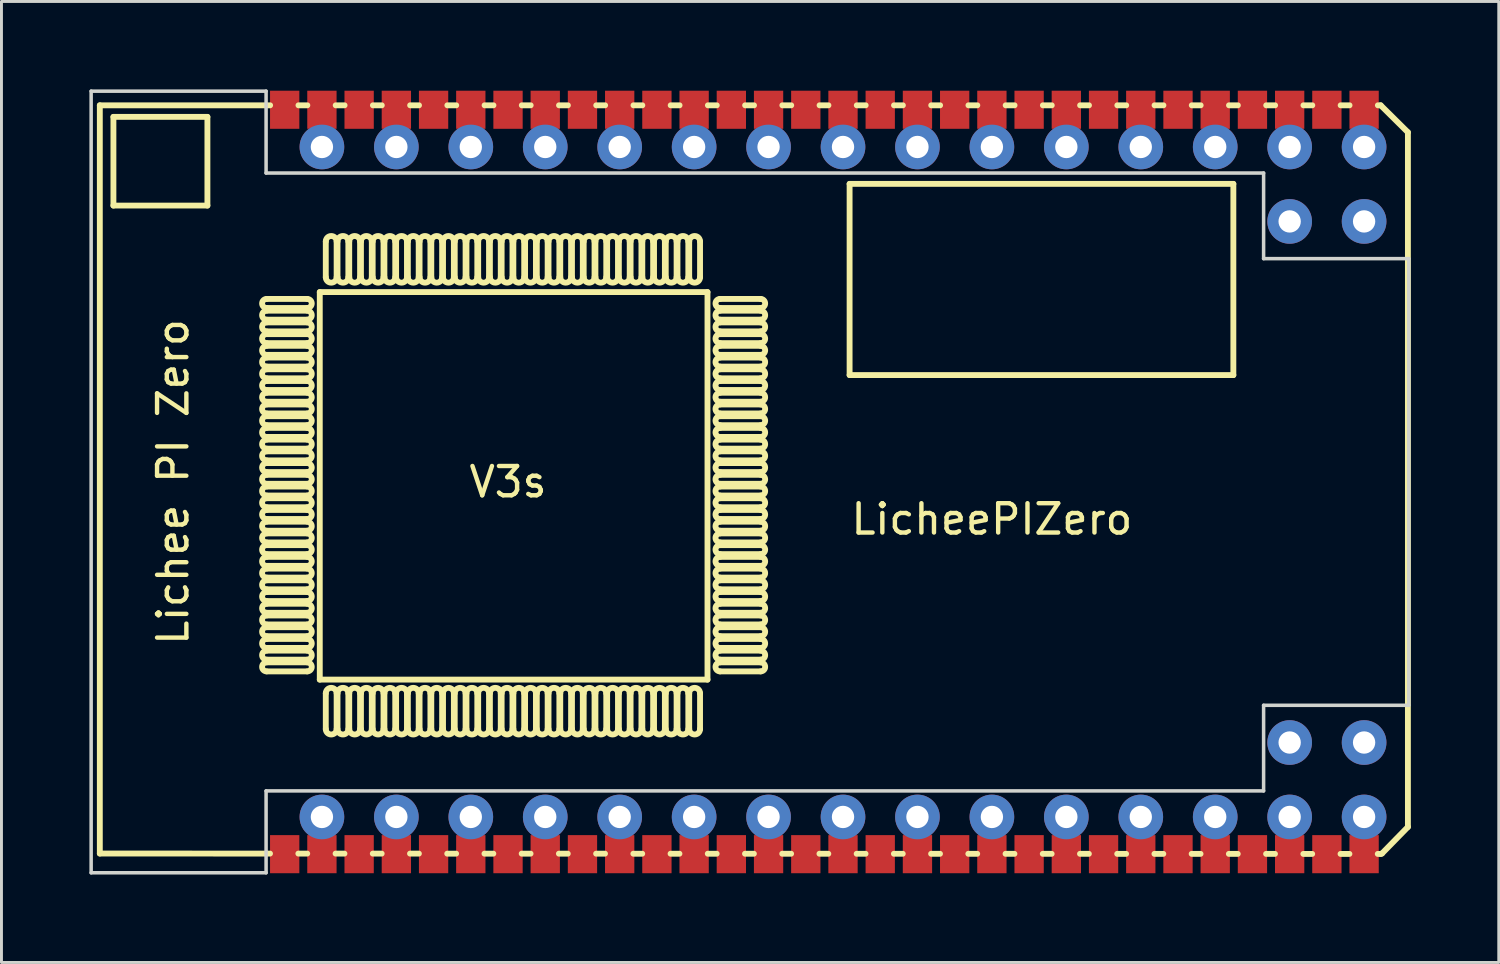
<source format=kicad_pcb>
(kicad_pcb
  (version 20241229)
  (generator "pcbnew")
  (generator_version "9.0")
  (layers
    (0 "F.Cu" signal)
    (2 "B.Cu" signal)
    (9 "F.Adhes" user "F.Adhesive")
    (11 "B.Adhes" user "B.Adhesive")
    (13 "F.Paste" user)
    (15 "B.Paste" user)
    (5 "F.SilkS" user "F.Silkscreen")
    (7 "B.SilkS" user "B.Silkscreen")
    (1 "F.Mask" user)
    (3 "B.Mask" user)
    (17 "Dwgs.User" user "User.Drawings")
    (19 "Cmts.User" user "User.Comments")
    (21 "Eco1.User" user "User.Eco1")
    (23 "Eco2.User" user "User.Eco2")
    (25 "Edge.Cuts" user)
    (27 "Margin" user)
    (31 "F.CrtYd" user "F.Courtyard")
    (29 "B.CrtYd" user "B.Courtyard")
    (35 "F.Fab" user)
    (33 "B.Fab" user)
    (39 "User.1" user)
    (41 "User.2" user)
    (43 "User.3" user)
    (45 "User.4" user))
  (footprint "LicheePIZero"
    (layer "F.Cu")
    (at 7.934 1.965)
    (property "Reference" "LicheePIZero" (at 22.86 12.7 0) (layer "F.SilkS") (effects (font (size 1 1) (thickness 0.15))))
    (attr through_hole)
    (fp_line (start -7.578 -1.422) (end -7.578 24.108) (stroke (width 0.2) (type solid)) (layer "F.SilkS"))
    (fp_line (start -7.578 24.108) (end -1.771 24.11) (stroke (width 0.2) (type solid)) (layer "F.SilkS"))
    (fp_line (start -7.114 -1.027) (end -7.114 1.999) (stroke (width 0.2) (type solid)) (layer "F.SilkS"))
    (fp_line (start -7.114 1.999) (end -3.907 1.999) (stroke (width 0.2) (type solid)) (layer "F.SilkS"))
    (fp_line (start -3.907 -1.027) (end -7.114 -1.027) (stroke (width 0.2) (type solid)) (layer "F.SilkS"))
    (fp_line (start -3.907 1.999) (end -3.907 -1.027) (stroke (width 0.2) (type solid)) (layer "F.SilkS"))
    (fp_line (start -1.887 5.493) (end -0.501 5.493) (stroke (width 0.2) (type solid)) (layer "F.SilkS"))
    (fp_line (start -1.887 5.893) (end -0.501 5.893) (stroke (width 0.2) (type solid)) (layer "F.SilkS"))
    (fp_line (start -1.887 6.293) (end -0.501 6.293) (stroke (width 0.2) (type solid)) (layer "F.SilkS"))
    (fp_line (start -1.887 6.693) (end -0.501 6.693) (stroke (width 0.2) (type solid)) (layer "F.SilkS"))
    (fp_line (start -1.887 7.093) (end -0.501 7.093) (stroke (width 0.2) (type solid)) (layer "F.SilkS"))
    (fp_line (start -1.887 7.493) (end -0.501 7.493) (stroke (width 0.2) (type solid)) (layer "F.SilkS"))
    (fp_line (start -1.887 7.893) (end -0.501 7.893) (stroke (width 0.2) (type solid)) (layer "F.SilkS"))
    (fp_line (start -1.887 8.293) (end -0.501 8.293) (stroke (width 0.2) (type solid)) (layer "F.SilkS"))
    (fp_line (start -1.887 8.693) (end -0.501 8.693) (stroke (width 0.2) (type solid)) (layer "F.SilkS"))
    (fp_line (start -1.887 9.093) (end -0.501 9.093) (stroke (width 0.2) (type solid)) (layer "F.SilkS"))
    (fp_line (start -1.887 9.493) (end -0.501 9.493) (stroke (width 0.2) (type solid)) (layer "F.SilkS"))
    (fp_line (start -1.887 9.893) (end -0.501 9.893) (stroke (width 0.2) (type solid)) (layer "F.SilkS"))
    (fp_line (start -1.887 10.293) (end -0.501 10.293) (stroke (width 0.2) (type solid)) (layer "F.SilkS"))
    (fp_line (start -1.887 10.693) (end -0.501 10.693) (stroke (width 0.2) (type solid)) (layer "F.SilkS"))
    (fp_line (start -1.887 11.093) (end -0.501 11.093) (stroke (width 0.2) (type solid)) (layer "F.SilkS"))
    (fp_line (start -1.887 11.493) (end -0.501 11.493) (stroke (width 0.2) (type solid)) (layer "F.SilkS"))
    (fp_line (start -1.887 11.893) (end -0.501 11.893) (stroke (width 0.2) (type solid)) (layer "F.SilkS"))
    (fp_line (start -1.887 12.293) (end -0.501 12.293) (stroke (width 0.2) (type solid)) (layer "F.SilkS"))
    (fp_line (start -1.887 12.693) (end -0.501 12.693) (stroke (width 0.2) (type solid)) (layer "F.SilkS"))
    (fp_line (start -1.887 13.093) (end -0.501 13.093) (stroke (width 0.2) (type solid)) (layer "F.SilkS"))
    (fp_line (start -1.887 13.493) (end -0.501 13.493) (stroke (width 0.2) (type solid)) (layer "F.SilkS"))
    (fp_line (start -1.887 13.893) (end -0.501 13.893) (stroke (width 0.2) (type solid)) (layer "F.SilkS"))
    (fp_line (start -1.887 14.293) (end -0.501 14.293) (stroke (width 0.2) (type solid)) (layer "F.SilkS"))
    (fp_line (start -1.887 14.693) (end -0.501 14.693) (stroke (width 0.2) (type solid)) (layer "F.SilkS"))
    (fp_line (start -1.887 15.093) (end -0.501 15.093) (stroke (width 0.2) (type solid)) (layer "F.SilkS"))
    (fp_line (start -1.887 15.493) (end -0.501 15.493) (stroke (width 0.2) (type solid)) (layer "F.SilkS"))
    (fp_line (start -1.887 15.893) (end -0.501 15.893) (stroke (width 0.2) (type solid)) (layer "F.SilkS"))
    (fp_line (start -1.887 16.293) (end -0.501 16.293) (stroke (width 0.2) (type solid)) (layer "F.SilkS"))
    (fp_line (start -1.887 16.693) (end -0.501 16.693) (stroke (width 0.2) (type solid)) (layer "F.SilkS"))
    (fp_line (start -1.887 17.093) (end -0.501 17.093) (stroke (width 0.2) (type solid)) (layer "F.SilkS"))
    (fp_line (start -1.887 17.493) (end -0.501 17.493) (stroke (width 0.2) (type solid)) (layer "F.SilkS"))
    (fp_line (start -1.887 17.893) (end -0.501 17.893) (stroke (width 0.2) (type solid)) (layer "F.SilkS"))
    (fp_line (start -1.767 -1.422) (end -7.578 -1.422) (stroke (width 0.2) (type solid)) (layer "F.SilkS"))
    (fp_line (start -0.804 24.11) (end -0.501 24.11) (stroke (width 0.2) (type solid)) (layer "F.SilkS"))
    (fp_line (start -0.501 5.185) (end -1.887 5.185) (stroke (width 0.2) (type solid)) (layer "F.SilkS"))
    (fp_line (start -0.501 5.585) (end -1.887 5.585) (stroke (width 0.2) (type solid)) (layer "F.SilkS"))
    (fp_line (start -0.501 5.985) (end -1.887 5.985) (stroke (width 0.2) (type solid)) (layer "F.SilkS"))
    (fp_line (start -0.501 6.385) (end -1.887 6.385) (stroke (width 0.2) (type solid)) (layer "F.SilkS"))
    (fp_line (start -0.501 6.785) (end -1.887 6.785) (stroke (width 0.2) (type solid)) (layer "F.SilkS"))
    (fp_line (start -0.501 7.185) (end -1.887 7.185) (stroke (width 0.2) (type solid)) (layer "F.SilkS"))
    (fp_line (start -0.501 7.585) (end -1.887 7.585) (stroke (width 0.2) (type solid)) (layer "F.SilkS"))
    (fp_line (start -0.501 7.985) (end -1.887 7.985) (stroke (width 0.2) (type solid)) (layer "F.SilkS"))
    (fp_line (start -0.501 8.385) (end -1.887 8.385) (stroke (width 0.2) (type solid)) (layer "F.SilkS"))
    (fp_line (start -0.501 8.785) (end -1.887 8.785) (stroke (width 0.2) (type solid)) (layer "F.SilkS"))
    (fp_line (start -0.501 9.185) (end -1.887 9.185) (stroke (width 0.2) (type solid)) (layer "F.SilkS"))
    (fp_line (start -0.501 9.585) (end -1.887 9.585) (stroke (width 0.2) (type solid)) (layer "F.SilkS"))
    (fp_line (start -0.501 9.985) (end -1.887 9.985) (stroke (width 0.2) (type solid)) (layer "F.SilkS"))
    (fp_line (start -0.501 10.385) (end -1.887 10.385) (stroke (width 0.2) (type solid)) (layer "F.SilkS"))
    (fp_line (start -0.501 10.785) (end -1.887 10.785) (stroke (width 0.2) (type solid)) (layer "F.SilkS"))
    (fp_line (start -0.501 11.185) (end -1.887 11.185) (stroke (width 0.2) (type solid)) (layer "F.SilkS"))
    (fp_line (start -0.501 11.585) (end -1.887 11.585) (stroke (width 0.2) (type solid)) (layer "F.SilkS"))
    (fp_line (start -0.501 11.985) (end -1.887 11.985) (stroke (width 0.2) (type solid)) (layer "F.SilkS"))
    (fp_line (start -0.501 12.385) (end -1.887 12.385) (stroke (width 0.2) (type solid)) (layer "F.SilkS"))
    (fp_line (start -0.501 12.785) (end -1.887 12.785) (stroke (width 0.2) (type solid)) (layer "F.SilkS"))
    (fp_line (start -0.501 13.185) (end -1.887 13.185) (stroke (width 0.2) (type solid)) (layer "F.SilkS"))
    (fp_line (start -0.501 13.585) (end -1.887 13.585) (stroke (width 0.2) (type solid)) (layer "F.SilkS"))
    (fp_line (start -0.501 13.985) (end -1.887 13.985) (stroke (width 0.2) (type solid)) (layer "F.SilkS"))
    (fp_line (start -0.501 14.385) (end -1.887 14.385) (stroke (width 0.2) (type solid)) (layer "F.SilkS"))
    (fp_line (start -0.501 14.785) (end -1.887 14.785) (stroke (width 0.2) (type solid)) (layer "F.SilkS"))
    (fp_line (start -0.501 15.185) (end -1.887 15.185) (stroke (width 0.2) (type solid)) (layer "F.SilkS"))
    (fp_line (start -0.501 15.585) (end -1.887 15.585) (stroke (width 0.2) (type solid)) (layer "F.SilkS"))
    (fp_line (start -0.501 15.985) (end -1.887 15.985) (stroke (width 0.2) (type solid)) (layer "F.SilkS"))
    (fp_line (start -0.501 16.385) (end -1.887 16.385) (stroke (width 0.2) (type solid)) (layer "F.SilkS"))
    (fp_line (start -0.501 16.785) (end -1.887 16.785) (stroke (width 0.2) (type solid)) (layer "F.SilkS"))
    (fp_line (start -0.501 17.185) (end -1.887 17.185) (stroke (width 0.2) (type solid)) (layer "F.SilkS"))
    (fp_line (start -0.501 17.585) (end -1.887 17.585) (stroke (width 0.2) (type solid)) (layer "F.SilkS"))
    (fp_line (start -0.497 -1.422) (end -0.8 -1.422) (stroke (width 0.2) (type solid)) (layer "F.SilkS"))
    (fp_line (start -0.073 4.951) (end -0.073 18.174) (stroke (width 0.2) (type solid)) (layer "F.SilkS"))
    (fp_line (start -0.073 18.174) (end 13.156 18.174) (stroke (width 0.2) (type solid)) (layer "F.SilkS"))
    (fp_line (start 0.132 3.222) (end 0.132 4.445) (stroke (width 0.2) (type solid)) (layer "F.SilkS"))
    (fp_line (start 0.132 18.639) (end 0.132 19.862) (stroke (width 0.2) (type solid)) (layer "F.SilkS"))
    (fp_line (start 0.466 24.11) (end 0.769 24.111) (stroke (width 0.2) (type solid)) (layer "F.SilkS"))
    (fp_line (start 0.502 4.445) (end 0.502 3.222) (stroke (width 0.2) (type solid)) (layer "F.SilkS"))
    (fp_line (start 0.502 19.862) (end 0.502 18.639) (stroke (width 0.2) (type solid)) (layer "F.SilkS"))
    (fp_line (start 0.532 3.222) (end 0.532 4.445) (stroke (width 0.2) (type solid)) (layer "F.SilkS"))
    (fp_line (start 0.532 18.639) (end 0.532 19.862) (stroke (width 0.2) (type solid)) (layer "F.SilkS"))
    (fp_line (start 0.773 -1.422) (end 0.47 -1.422) (stroke (width 0.2) (type solid)) (layer "F.SilkS"))
    (fp_line (start 0.902 4.445) (end 0.902 3.222) (stroke (width 0.2) (type solid)) (layer "F.SilkS"))
    (fp_line (start 0.902 19.862) (end 0.902 18.639) (stroke (width 0.2) (type solid)) (layer "F.SilkS"))
    (fp_line (start 0.932 3.222) (end 0.932 4.445) (stroke (width 0.2) (type solid)) (layer "F.SilkS"))
    (fp_line (start 0.932 18.639) (end 0.932 19.862) (stroke (width 0.2) (type solid)) (layer "F.SilkS"))
    (fp_line (start 1.302 4.445) (end 1.302 3.222) (stroke (width 0.2) (type solid)) (layer "F.SilkS"))
    (fp_line (start 1.302 19.862) (end 1.302 18.639) (stroke (width 0.2) (type solid)) (layer "F.SilkS"))
    (fp_line (start 1.332 3.222) (end 1.332 4.445) (stroke (width 0.2) (type solid)) (layer "F.SilkS"))
    (fp_line (start 1.332 18.639) (end 1.332 19.862) (stroke (width 0.2) (type solid)) (layer "F.SilkS"))
    (fp_line (start 1.702 4.445) (end 1.702 3.222) (stroke (width 0.2) (type solid)) (layer "F.SilkS"))
    (fp_line (start 1.702 19.862) (end 1.702 18.639) (stroke (width 0.2) (type solid)) (layer "F.SilkS"))
    (fp_line (start 1.732 3.222) (end 1.732 4.445) (stroke (width 0.2) (type solid)) (layer "F.SilkS"))
    (fp_line (start 1.732 18.639) (end 1.732 19.862) (stroke (width 0.2) (type solid)) (layer "F.SilkS"))
    (fp_line (start 1.736 24.111) (end 2.039 24.111) (stroke (width 0.2) (type solid)) (layer "F.SilkS"))
    (fp_line (start 2.043 -1.422) (end 1.74 -1.422) (stroke (width 0.2) (type solid)) (layer "F.SilkS"))
    (fp_line (start 2.102 4.445) (end 2.102 3.222) (stroke (width 0.2) (type solid)) (layer "F.SilkS"))
    (fp_line (start 2.102 19.862) (end 2.102 18.639) (stroke (width 0.2) (type solid)) (layer "F.SilkS"))
    (fp_line (start 2.132 3.222) (end 2.132 4.445) (stroke (width 0.2) (type solid)) (layer "F.SilkS"))
    (fp_line (start 2.132 18.639) (end 2.132 19.862) (stroke (width 0.2) (type solid)) (layer "F.SilkS"))
    (fp_line (start 2.502 4.445) (end 2.502 3.222) (stroke (width 0.2) (type solid)) (layer "F.SilkS"))
    (fp_line (start 2.502 19.862) (end 2.502 18.639) (stroke (width 0.2) (type solid)) (layer "F.SilkS"))
    (fp_line (start 2.532 3.222) (end 2.532 4.445) (stroke (width 0.2) (type solid)) (layer "F.SilkS"))
    (fp_line (start 2.532 18.639) (end 2.532 19.862) (stroke (width 0.2) (type solid)) (layer "F.SilkS"))
    (fp_line (start 2.902 4.445) (end 2.902 3.222) (stroke (width 0.2) (type solid)) (layer "F.SilkS"))
    (fp_line (start 2.902 19.862) (end 2.902 18.639) (stroke (width 0.2) (type solid)) (layer "F.SilkS"))
    (fp_line (start 2.932 3.222) (end 2.932 4.445) (stroke (width 0.2) (type solid)) (layer "F.SilkS"))
    (fp_line (start 2.932 18.639) (end 2.932 19.862) (stroke (width 0.2) (type solid)) (layer "F.SilkS"))
    (fp_line (start 3.006 24.111) (end 3.309 24.111) (stroke (width 0.2) (type solid)) (layer "F.SilkS"))
    (fp_line (start 3.302 4.445) (end 3.302 3.222) (stroke (width 0.2) (type solid)) (layer "F.SilkS"))
    (fp_line (start 3.302 19.862) (end 3.302 18.639) (stroke (width 0.2) (type solid)) (layer "F.SilkS"))
    (fp_line (start 3.313 -1.422) (end 3.01 -1.422) (stroke (width 0.2) (type solid)) (layer "F.SilkS"))
    (fp_line (start 3.332 3.222) (end 3.332 4.445) (stroke (width 0.2) (type solid)) (layer "F.SilkS"))
    (fp_line (start 3.332 18.639) (end 3.332 19.862) (stroke (width 0.2) (type solid)) (layer "F.SilkS"))
    (fp_line (start 3.702 4.445) (end 3.702 3.222) (stroke (width 0.2) (type solid)) (layer "F.SilkS"))
    (fp_line (start 3.702 19.862) (end 3.702 18.639) (stroke (width 0.2) (type solid)) (layer "F.SilkS"))
    (fp_line (start 3.732 3.222) (end 3.732 4.445) (stroke (width 0.2) (type solid)) (layer "F.SilkS"))
    (fp_line (start 3.732 18.639) (end 3.732 19.862) (stroke (width 0.2) (type solid)) (layer "F.SilkS"))
    (fp_line (start 4.102 4.445) (end 4.102 3.222) (stroke (width 0.2) (type solid)) (layer "F.SilkS"))
    (fp_line (start 4.102 19.862) (end 4.102 18.639) (stroke (width 0.2) (type solid)) (layer "F.SilkS"))
    (fp_line (start 4.132 3.222) (end 4.132 4.445) (stroke (width 0.2) (type solid)) (layer "F.SilkS"))
    (fp_line (start 4.132 18.639) (end 4.132 19.862) (stroke (width 0.2) (type solid)) (layer "F.SilkS"))
    (fp_line (start 4.276 24.112) (end 4.579 24.112) (stroke (width 0.2) (type solid)) (layer "F.SilkS"))
    (fp_line (start 4.502 4.445) (end 4.502 3.222) (stroke (width 0.2) (type solid)) (layer "F.SilkS"))
    (fp_line (start 4.502 19.862) (end 4.502 18.639) (stroke (width 0.2) (type solid)) (layer "F.SilkS"))
    (fp_line (start 4.532 3.222) (end 4.532 4.445) (stroke (width 0.2) (type solid)) (layer "F.SilkS"))
    (fp_line (start 4.532 18.639) (end 4.532 19.862) (stroke (width 0.2) (type solid)) (layer "F.SilkS"))
    (fp_line (start 4.583 -1.422) (end 4.28 -1.422) (stroke (width 0.2) (type solid)) (layer "F.SilkS"))
    (fp_line (start 4.902 4.445) (end 4.902 3.222) (stroke (width 0.2) (type solid)) (layer "F.SilkS"))
    (fp_line (start 4.902 19.862) (end 4.902 18.639) (stroke (width 0.2) (type solid)) (layer "F.SilkS"))
    (fp_line (start 4.932 3.222) (end 4.932 4.445) (stroke (width 0.2) (type solid)) (layer "F.SilkS"))
    (fp_line (start 4.932 18.639) (end 4.932 19.862) (stroke (width 0.2) (type solid)) (layer "F.SilkS"))
    (fp_line (start 5.302 4.445) (end 5.302 3.222) (stroke (width 0.2) (type solid)) (layer "F.SilkS"))
    (fp_line (start 5.302 19.862) (end 5.302 18.639) (stroke (width 0.2) (type solid)) (layer "F.SilkS"))
    (fp_line (start 5.332 3.222) (end 5.332 4.445) (stroke (width 0.2) (type solid)) (layer "F.SilkS"))
    (fp_line (start 5.332 18.639) (end 5.332 19.862) (stroke (width 0.2) (type solid)) (layer "F.SilkS"))
    (fp_line (start 5.546 24.112) (end 5.849 24.112) (stroke (width 0.2) (type solid)) (layer "F.SilkS"))
    (fp_line (start 5.702 4.445) (end 5.702 3.222) (stroke (width 0.2) (type solid)) (layer "F.SilkS"))
    (fp_line (start 5.702 19.862) (end 5.702 18.639) (stroke (width 0.2) (type solid)) (layer "F.SilkS"))
    (fp_line (start 5.732 3.222) (end 5.732 4.445) (stroke (width 0.2) (type solid)) (layer "F.SilkS"))
    (fp_line (start 5.732 18.639) (end 5.732 19.862) (stroke (width 0.2) (type solid)) (layer "F.SilkS"))
    (fp_line (start 5.853 -1.422) (end 5.55 -1.422) (stroke (width 0.2) (type solid)) (layer "F.SilkS"))
    (fp_line (start 6.102 4.445) (end 6.102 3.222) (stroke (width 0.2) (type solid)) (layer "F.SilkS"))
    (fp_line (start 6.102 19.862) (end 6.102 18.639) (stroke (width 0.2) (type solid)) (layer "F.SilkS"))
    (fp_line (start 6.132 3.222) (end 6.132 4.445) (stroke (width 0.2) (type solid)) (layer "F.SilkS"))
    (fp_line (start 6.132 18.639) (end 6.132 19.862) (stroke (width 0.2) (type solid)) (layer "F.SilkS"))
    (fp_line (start 6.502 4.445) (end 6.502 3.222) (stroke (width 0.2) (type solid)) (layer "F.SilkS"))
    (fp_line (start 6.502 19.862) (end 6.502 18.639) (stroke (width 0.2) (type solid)) (layer "F.SilkS"))
    (fp_line (start 6.532 3.222) (end 6.532 4.445) (stroke (width 0.2) (type solid)) (layer "F.SilkS"))
    (fp_line (start 6.532 18.639) (end 6.532 19.862) (stroke (width 0.2) (type solid)) (layer "F.SilkS"))
    (fp_line (start 6.816 24.112) (end 7.119 24.112) (stroke (width 0.2) (type solid)) (layer "F.SilkS"))
    (fp_line (start 6.902 4.445) (end 6.902 3.222) (stroke (width 0.2) (type solid)) (layer "F.SilkS"))
    (fp_line (start 6.902 19.862) (end 6.902 18.639) (stroke (width 0.2) (type solid)) (layer "F.SilkS"))
    (fp_line (start 6.932 3.222) (end 6.932 4.445) (stroke (width 0.2) (type solid)) (layer "F.SilkS"))
    (fp_line (start 6.932 18.639) (end 6.932 19.862) (stroke (width 0.2) (type solid)) (layer "F.SilkS"))
    (fp_line (start 7.123 -1.422) (end 6.82 -1.422) (stroke (width 0.2) (type solid)) (layer "F.SilkS"))
    (fp_line (start 7.302 4.445) (end 7.302 3.222) (stroke (width 0.2) (type solid)) (layer "F.SilkS"))
    (fp_line (start 7.302 19.862) (end 7.302 18.639) (stroke (width 0.2) (type solid)) (layer "F.SilkS"))
    (fp_line (start 7.332 3.222) (end 7.332 4.445) (stroke (width 0.2) (type solid)) (layer "F.SilkS"))
    (fp_line (start 7.332 18.639) (end 7.332 19.862) (stroke (width 0.2) (type solid)) (layer "F.SilkS"))
    (fp_line (start 7.702 4.445) (end 7.702 3.222) (stroke (width 0.2) (type solid)) (layer "F.SilkS"))
    (fp_line (start 7.702 19.862) (end 7.702 18.639) (stroke (width 0.2) (type solid)) (layer "F.SilkS"))
    (fp_line (start 7.732 3.222) (end 7.732 4.445) (stroke (width 0.2) (type solid)) (layer "F.SilkS"))
    (fp_line (start 7.732 18.639) (end 7.732 19.862) (stroke (width 0.2) (type solid)) (layer "F.SilkS"))
    (fp_line (start 8.086 24.113) (end 8.389 24.113) (stroke (width 0.2) (type solid)) (layer "F.SilkS"))
    (fp_line (start 8.102 4.445) (end 8.102 3.222) (stroke (width 0.2) (type solid)) (layer "F.SilkS"))
    (fp_line (start 8.102 19.862) (end 8.102 18.639) (stroke (width 0.2) (type solid)) (layer "F.SilkS"))
    (fp_line (start 8.132 3.222) (end 8.132 4.445) (stroke (width 0.2) (type solid)) (layer "F.SilkS"))
    (fp_line (start 8.132 18.639) (end 8.132 19.862) (stroke (width 0.2) (type solid)) (layer "F.SilkS"))
    (fp_line (start 8.393 -1.422) (end 8.09 -1.422) (stroke (width 0.2) (type solid)) (layer "F.SilkS"))
    (fp_line (start 8.502 4.445) (end 8.502 3.222) (stroke (width 0.2) (type solid)) (layer "F.SilkS"))
    (fp_line (start 8.502 19.862) (end 8.502 18.639) (stroke (width 0.2) (type solid)) (layer "F.SilkS"))
    (fp_line (start 8.532 3.222) (end 8.532 4.445) (stroke (width 0.2) (type solid)) (layer "F.SilkS"))
    (fp_line (start 8.532 18.639) (end 8.532 19.862) (stroke (width 0.2) (type solid)) (layer "F.SilkS"))
    (fp_line (start 8.902 4.445) (end 8.902 3.222) (stroke (width 0.2) (type solid)) (layer "F.SilkS"))
    (fp_line (start 8.902 19.862) (end 8.902 18.639) (stroke (width 0.2) (type solid)) (layer "F.SilkS"))
    (fp_line (start 8.932 3.222) (end 8.932 4.445) (stroke (width 0.2) (type solid)) (layer "F.SilkS"))
    (fp_line (start 8.932 18.639) (end 8.932 19.862) (stroke (width 0.2) (type solid)) (layer "F.SilkS"))
    (fp_line (start 9.302 4.445) (end 9.302 3.222) (stroke (width 0.2) (type solid)) (layer "F.SilkS"))
    (fp_line (start 9.302 19.862) (end 9.302 18.639) (stroke (width 0.2) (type solid)) (layer "F.SilkS"))
    (fp_line (start 9.332 3.222) (end 9.332 4.445) (stroke (width 0.2) (type solid)) (layer "F.SilkS"))
    (fp_line (start 9.332 18.639) (end 9.332 19.862) (stroke (width 0.2) (type solid)) (layer "F.SilkS"))
    (fp_line (start 9.356 24.113) (end 9.659 24.113) (stroke (width 0.2) (type solid)) (layer "F.SilkS"))
    (fp_line (start 9.663 -1.422) (end 9.36 -1.422) (stroke (width 0.2) (type solid)) (layer "F.SilkS"))
    (fp_line (start 9.702 4.445) (end 9.702 3.222) (stroke (width 0.2) (type solid)) (layer "F.SilkS"))
    (fp_line (start 9.702 19.862) (end 9.702 18.639) (stroke (width 0.2) (type solid)) (layer "F.SilkS"))
    (fp_line (start 9.732 3.222) (end 9.732 4.445) (stroke (width 0.2) (type solid)) (layer "F.SilkS"))
    (fp_line (start 9.732 18.639) (end 9.732 19.862) (stroke (width 0.2) (type solid)) (layer "F.SilkS"))
    (fp_line (start 10.102 4.445) (end 10.102 3.222) (stroke (width 0.2) (type solid)) (layer "F.SilkS"))
    (fp_line (start 10.102 19.862) (end 10.102 18.639) (stroke (width 0.2) (type solid)) (layer "F.SilkS"))
    (fp_line (start 10.132 3.222) (end 10.132 4.445) (stroke (width 0.2) (type solid)) (layer "F.SilkS"))
    (fp_line (start 10.132 18.639) (end 10.132 19.862) (stroke (width 0.2) (type solid)) (layer "F.SilkS"))
    (fp_line (start 10.502 4.445) (end 10.502 3.222) (stroke (width 0.2) (type solid)) (layer "F.SilkS"))
    (fp_line (start 10.502 19.862) (end 10.502 18.639) (stroke (width 0.2) (type solid)) (layer "F.SilkS"))
    (fp_line (start 10.532 3.222) (end 10.532 4.445) (stroke (width 0.2) (type solid)) (layer "F.SilkS"))
    (fp_line (start 10.532 18.639) (end 10.532 19.862) (stroke (width 0.2) (type solid)) (layer "F.SilkS"))
    (fp_line (start 10.626 24.114) (end 10.929 24.114) (stroke (width 0.2) (type solid)) (layer "F.SilkS"))
    (fp_line (start 10.902 4.445) (end 10.902 3.222) (stroke (width 0.2) (type solid)) (layer "F.SilkS"))
    (fp_line (start 10.902 19.862) (end 10.902 18.639) (stroke (width 0.2) (type solid)) (layer "F.SilkS"))
    (fp_line (start 10.932 3.222) (end 10.932 4.445) (stroke (width 0.2) (type solid)) (layer "F.SilkS"))
    (fp_line (start 10.932 18.639) (end 10.932 19.862) (stroke (width 0.2) (type solid)) (layer "F.SilkS"))
    (fp_line (start 10.933 -1.422) (end 10.63 -1.422) (stroke (width 0.2) (type solid)) (layer "F.SilkS"))
    (fp_line (start 11.302 4.445) (end 11.302 3.222) (stroke (width 0.2) (type solid)) (layer "F.SilkS"))
    (fp_line (start 11.302 19.862) (end 11.302 18.639) (stroke (width 0.2) (type solid)) (layer "F.SilkS"))
    (fp_line (start 11.332 3.222) (end 11.332 4.445) (stroke (width 0.2) (type solid)) (layer "F.SilkS"))
    (fp_line (start 11.332 18.639) (end 11.332 19.862) (stroke (width 0.2) (type solid)) (layer "F.SilkS"))
    (fp_line (start 11.702 4.445) (end 11.702 3.222) (stroke (width 0.2) (type solid)) (layer "F.SilkS"))
    (fp_line (start 11.702 19.862) (end 11.702 18.639) (stroke (width 0.2) (type solid)) (layer "F.SilkS"))
    (fp_line (start 11.732 3.222) (end 11.732 4.445) (stroke (width 0.2) (type solid)) (layer "F.SilkS"))
    (fp_line (start 11.732 18.639) (end 11.732 19.862) (stroke (width 0.2) (type solid)) (layer "F.SilkS"))
    (fp_line (start 11.896 24.114) (end 12.199 24.114) (stroke (width 0.2) (type solid)) (layer "F.SilkS"))
    (fp_line (start 12.102 4.445) (end 12.102 3.222) (stroke (width 0.2) (type solid)) (layer "F.SilkS"))
    (fp_line (start 12.102 19.862) (end 12.102 18.639) (stroke (width 0.2) (type solid)) (layer "F.SilkS"))
    (fp_line (start 12.132 3.222) (end 12.132 4.445) (stroke (width 0.2) (type solid)) (layer "F.SilkS"))
    (fp_line (start 12.132 18.639) (end 12.132 19.862) (stroke (width 0.2) (type solid)) (layer "F.SilkS"))
    (fp_line (start 12.203 -1.422) (end 11.9 -1.422) (stroke (width 0.2) (type solid)) (layer "F.SilkS"))
    (fp_line (start 12.502 4.445) (end 12.502 3.222) (stroke (width 0.2) (type solid)) (layer "F.SilkS"))
    (fp_line (start 12.502 19.862) (end 12.502 18.639) (stroke (width 0.2) (type solid)) (layer "F.SilkS"))
    (fp_line (start 12.532 3.222) (end 12.532 4.445) (stroke (width 0.2) (type solid)) (layer "F.SilkS"))
    (fp_line (start 12.532 18.639) (end 12.532 19.862) (stroke (width 0.2) (type solid)) (layer "F.SilkS"))
    (fp_line (start 12.902 4.445) (end 12.902 3.222) (stroke (width 0.2) (type solid)) (layer "F.SilkS"))
    (fp_line (start 12.902 19.862) (end 12.902 18.639) (stroke (width 0.2) (type solid)) (layer "F.SilkS"))
    (fp_line (start 13.156 4.951) (end -0.073 4.951) (stroke (width 0.2) (type solid)) (layer "F.SilkS"))
    (fp_line (start 13.156 18.174) (end 13.156 4.951) (stroke (width 0.2) (type solid)) (layer "F.SilkS"))
    (fp_line (start 13.166 24.114) (end 13.469 24.114) (stroke (width 0.2) (type solid)) (layer "F.SilkS"))
    (fp_line (start 13.473 -1.422) (end 13.17 -1.422) (stroke (width 0.2) (type solid)) (layer "F.SilkS"))
    (fp_line (start 13.584 5.493) (end 14.97 5.493) (stroke (width 0.2) (type solid)) (layer "F.SilkS"))
    (fp_line (start 13.584 5.893) (end 14.97 5.893) (stroke (width 0.2) (type solid)) (layer "F.SilkS"))
    (fp_line (start 13.584 6.293) (end 14.97 6.293) (stroke (width 0.2) (type solid)) (layer "F.SilkS"))
    (fp_line (start 13.584 6.693) (end 14.97 6.693) (stroke (width 0.2) (type solid)) (layer "F.SilkS"))
    (fp_line (start 13.584 7.093) (end 14.97 7.093) (stroke (width 0.2) (type solid)) (layer "F.SilkS"))
    (fp_line (start 13.584 7.493) (end 14.97 7.493) (stroke (width 0.2) (type solid)) (layer "F.SilkS"))
    (fp_line (start 13.584 7.893) (end 14.97 7.893) (stroke (width 0.2) (type solid)) (layer "F.SilkS"))
    (fp_line (start 13.584 8.293) (end 14.97 8.293) (stroke (width 0.2) (type solid)) (layer "F.SilkS"))
    (fp_line (start 13.584 8.693) (end 14.97 8.693) (stroke (width 0.2) (type solid)) (layer "F.SilkS"))
    (fp_line (start 13.584 9.093) (end 14.97 9.093) (stroke (width 0.2) (type solid)) (layer "F.SilkS"))
    (fp_line (start 13.584 9.493) (end 14.97 9.493) (stroke (width 0.2) (type solid)) (layer "F.SilkS"))
    (fp_line (start 13.584 9.893) (end 14.97 9.893) (stroke (width 0.2) (type solid)) (layer "F.SilkS"))
    (fp_line (start 13.584 10.293) (end 14.97 10.293) (stroke (width 0.2) (type solid)) (layer "F.SilkS"))
    (fp_line (start 13.584 10.693) (end 14.97 10.693) (stroke (width 0.2) (type solid)) (layer "F.SilkS"))
    (fp_line (start 13.584 11.093) (end 14.97 11.093) (stroke (width 0.2) (type solid)) (layer "F.SilkS"))
    (fp_line (start 13.584 11.493) (end 14.97 11.493) (stroke (width 0.2) (type solid)) (layer "F.SilkS"))
    (fp_line (start 13.584 11.893) (end 14.97 11.893) (stroke (width 0.2) (type solid)) (layer "F.SilkS"))
    (fp_line (start 13.584 12.293) (end 14.97 12.293) (stroke (width 0.2) (type solid)) (layer "F.SilkS"))
    (fp_line (start 13.584 12.693) (end 14.97 12.693) (stroke (width 0.2) (type solid)) (layer "F.SilkS"))
    (fp_line (start 13.584 13.093) (end 14.97 13.093) (stroke (width 0.2) (type solid)) (layer "F.SilkS"))
    (fp_line (start 13.584 13.493) (end 14.97 13.493) (stroke (width 0.2) (type solid)) (layer "F.SilkS"))
    (fp_line (start 13.584 13.893) (end 14.97 13.893) (stroke (width 0.2) (type solid)) (layer "F.SilkS"))
    (fp_line (start 13.584 14.293) (end 14.97 14.293) (stroke (width 0.2) (type solid)) (layer "F.SilkS"))
    (fp_line (start 13.584 14.693) (end 14.97 14.693) (stroke (width 0.2) (type solid)) (layer "F.SilkS"))
    (fp_line (start 13.584 15.093) (end 14.97 15.093) (stroke (width 0.2) (type solid)) (layer "F.SilkS"))
    (fp_line (start 13.584 15.493) (end 14.97 15.493) (stroke (width 0.2) (type solid)) (layer "F.SilkS"))
    (fp_line (start 13.584 15.893) (end 14.97 15.893) (stroke (width 0.2) (type solid)) (layer "F.SilkS"))
    (fp_line (start 13.584 16.293) (end 14.97 16.293) (stroke (width 0.2) (type solid)) (layer "F.SilkS"))
    (fp_line (start 13.584 16.693) (end 14.97 16.693) (stroke (width 0.2) (type solid)) (layer "F.SilkS"))
    (fp_line (start 13.584 17.093) (end 14.97 17.093) (stroke (width 0.2) (type solid)) (layer "F.SilkS"))
    (fp_line (start 13.584 17.493) (end 14.97 17.493) (stroke (width 0.2) (type solid)) (layer "F.SilkS"))
    (fp_line (start 13.584 17.893) (end 14.97 17.893) (stroke (width 0.2) (type solid)) (layer "F.SilkS"))
    (fp_line (start 14.436 24.115) (end 14.739 24.115) (stroke (width 0.2) (type solid)) (layer "F.SilkS"))
    (fp_line (start 14.743 -1.422) (end 14.44 -1.422) (stroke (width 0.2) (type solid)) (layer "F.SilkS"))
    (fp_line (start 14.97 5.185) (end 13.584 5.185) (stroke (width 0.2) (type solid)) (layer "F.SilkS"))
    (fp_line (start 14.97 5.585) (end 13.584 5.585) (stroke (width 0.2) (type solid)) (layer "F.SilkS"))
    (fp_line (start 14.97 5.985) (end 13.584 5.985) (stroke (width 0.2) (type solid)) (layer "F.SilkS"))
    (fp_line (start 14.97 6.385) (end 13.584 6.385) (stroke (width 0.2) (type solid)) (layer "F.SilkS"))
    (fp_line (start 14.97 6.785) (end 13.584 6.785) (stroke (width 0.2) (type solid)) (layer "F.SilkS"))
    (fp_line (start 14.97 7.185) (end 13.584 7.185) (stroke (width 0.2) (type solid)) (layer "F.SilkS"))
    (fp_line (start 14.97 7.585) (end 13.584 7.585) (stroke (width 0.2) (type solid)) (layer "F.SilkS"))
    (fp_line (start 14.97 7.985) (end 13.584 7.985) (stroke (width 0.2) (type solid)) (layer "F.SilkS"))
    (fp_line (start 14.97 8.385) (end 13.584 8.385) (stroke (width 0.2) (type solid)) (layer "F.SilkS"))
    (fp_line (start 14.97 8.785) (end 13.584 8.785) (stroke (width 0.2) (type solid)) (layer "F.SilkS"))
    (fp_line (start 14.97 9.185) (end 13.584 9.185) (stroke (width 0.2) (type solid)) (layer "F.SilkS"))
    (fp_line (start 14.97 9.585) (end 13.584 9.585) (stroke (width 0.2) (type solid)) (layer "F.SilkS"))
    (fp_line (start 14.97 9.985) (end 13.584 9.985) (stroke (width 0.2) (type solid)) (layer "F.SilkS"))
    (fp_line (start 14.97 10.385) (end 13.584 10.385) (stroke (width 0.2) (type solid)) (layer "F.SilkS"))
    (fp_line (start 14.97 10.785) (end 13.584 10.785) (stroke (width 0.2) (type solid)) (layer "F.SilkS"))
    (fp_line (start 14.97 11.185) (end 13.584 11.185) (stroke (width 0.2) (type solid)) (layer "F.SilkS"))
    (fp_line (start 14.97 11.585) (end 13.584 11.585) (stroke (width 0.2) (type solid)) (layer "F.SilkS"))
    (fp_line (start 14.97 11.985) (end 13.584 11.985) (stroke (width 0.2) (type solid)) (layer "F.SilkS"))
    (fp_line (start 14.97 12.385) (end 13.584 12.385) (stroke (width 0.2) (type solid)) (layer "F.SilkS"))
    (fp_line (start 14.97 12.785) (end 13.584 12.785) (stroke (width 0.2) (type solid)) (layer "F.SilkS"))
    (fp_line (start 14.97 13.185) (end 13.584 13.185) (stroke (width 0.2) (type solid)) (layer "F.SilkS"))
    (fp_line (start 14.97 13.585) (end 13.584 13.585) (stroke (width 0.2) (type solid)) (layer "F.SilkS"))
    (fp_line (start 14.97 13.985) (end 13.584 13.985) (stroke (width 0.2) (type solid)) (layer "F.SilkS"))
    (fp_line (start 14.97 14.385) (end 13.584 14.385) (stroke (width 0.2) (type solid)) (layer "F.SilkS"))
    (fp_line (start 14.97 14.785) (end 13.584 14.785) (stroke (width 0.2) (type solid)) (layer "F.SilkS"))
    (fp_line (start 14.97 15.185) (end 13.584 15.185) (stroke (width 0.2) (type solid)) (layer "F.SilkS"))
    (fp_line (start 14.97 15.585) (end 13.584 15.585) (stroke (width 0.2) (type solid)) (layer "F.SilkS"))
    (fp_line (start 14.97 15.985) (end 13.584 15.985) (stroke (width 0.2) (type solid)) (layer "F.SilkS"))
    (fp_line (start 14.97 16.385) (end 13.584 16.385) (stroke (width 0.2) (type solid)) (layer "F.SilkS"))
    (fp_line (start 14.97 16.785) (end 13.584 16.785) (stroke (width 0.2) (type solid)) (layer "F.SilkS"))
    (fp_line (start 14.97 17.185) (end 13.584 17.185) (stroke (width 0.2) (type solid)) (layer "F.SilkS"))
    (fp_line (start 14.97 17.585) (end 13.584 17.585) (stroke (width 0.2) (type solid)) (layer "F.SilkS"))
    (fp_line (start 15.706 24.115) (end 16.009 24.115) (stroke (width 0.2) (type solid)) (layer "F.SilkS"))
    (fp_line (start 16.013 -1.422) (end 15.71 -1.422) (stroke (width 0.2) (type solid)) (layer "F.SilkS"))
    (fp_line (start 16.976 24.115) (end 17.279 24.116) (stroke (width 0.2) (type solid)) (layer "F.SilkS"))
    (fp_line (start 17.283 -1.422) (end 16.98 -1.422) (stroke (width 0.2) (type solid)) (layer "F.SilkS"))
    (fp_line (start 18.005 1.259) (end 18.005 7.783) (stroke (width 0.2) (type solid)) (layer "F.SilkS"))
    (fp_line (start 18.005 7.783) (end 31.099 7.783) (stroke (width 0.2) (type solid)) (layer "F.SilkS"))
    (fp_line (start 18.246 24.116) (end 18.549 24.116) (stroke (width 0.2) (type solid)) (layer "F.SilkS"))
    (fp_line (start 18.553 -1.422) (end 18.25 -1.422) (stroke (width 0.2) (type solid)) (layer "F.SilkS"))
    (fp_line (start 19.516 24.116) (end 19.819 24.116) (stroke (width 0.2) (type solid)) (layer "F.SilkS"))
    (fp_line (start 19.823 -1.422) (end 19.52 -1.422) (stroke (width 0.2) (type solid)) (layer "F.SilkS"))
    (fp_line (start 20.786 24.117) (end 21.089 24.117) (stroke (width 0.2) (type solid)) (layer "F.SilkS"))
    (fp_line (start 21.093 -1.422) (end 20.79 -1.422) (stroke (width 0.2) (type solid)) (layer "F.SilkS"))
    (fp_line (start 22.056 24.117) (end 22.359 24.117) (stroke (width 0.2) (type solid)) (layer "F.SilkS"))
    (fp_line (start 22.363 -1.422) (end 22.06 -1.422) (stroke (width 0.2) (type solid)) (layer "F.SilkS"))
    (fp_line (start 23.326 24.117) (end 23.629 24.118) (stroke (width 0.2) (type solid)) (layer "F.SilkS"))
    (fp_line (start 23.633 -1.422) (end 23.33 -1.422) (stroke (width 0.2) (type solid)) (layer "F.SilkS"))
    (fp_line (start 24.596 24.118) (end 24.899 24.118) (stroke (width 0.2) (type solid)) (layer "F.SilkS"))
    (fp_line (start 24.903 -1.422) (end 24.6 -1.422) (stroke (width 0.2) (type solid)) (layer "F.SilkS"))
    (fp_line (start 25.866 24.118) (end 26.169 24.118) (stroke (width 0.2) (type solid)) (layer "F.SilkS"))
    (fp_line (start 26.173 -1.422) (end 25.87 -1.422) (stroke (width 0.2) (type solid)) (layer "F.SilkS"))
    (fp_line (start 27.136 24.119) (end 27.439 24.119) (stroke (width 0.2) (type solid)) (layer "F.SilkS"))
    (fp_line (start 27.443 -1.422) (end 27.14 -1.422) (stroke (width 0.2) (type solid)) (layer "F.SilkS"))
    (fp_line (start 28.406 24.119) (end 28.709 24.119) (stroke (width 0.2) (type solid)) (layer "F.SilkS"))
    (fp_line (start 28.713 -1.422) (end 28.41 -1.422) (stroke (width 0.2) (type solid)) (layer "F.SilkS"))
    (fp_line (start 29.676 24.119) (end 29.979 24.119) (stroke (width 0.2) (type solid)) (layer "F.SilkS"))
    (fp_line (start 29.983 -1.422) (end 29.68 -1.422) (stroke (width 0.2) (type solid)) (layer "F.SilkS"))
    (fp_line (start 30.946 24.12) (end 31.249 24.12) (stroke (width 0.2) (type solid)) (layer "F.SilkS"))
    (fp_line (start 31.099 1.259) (end 18.005 1.259) (stroke (width 0.2) (type solid)) (layer "F.SilkS"))
    (fp_line (start 31.099 7.783) (end 31.099 1.259) (stroke (width 0.2) (type solid)) (layer "F.SilkS"))
    (fp_line (start 31.253 -1.422) (end 30.95 -1.422) (stroke (width 0.2) (type solid)) (layer "F.SilkS"))
    (fp_line (start 32.216 24.12) (end 32.519 24.12) (stroke (width 0.2) (type solid)) (layer "F.SilkS"))
    (fp_line (start 32.523 -1.422) (end 32.22 -1.422) (stroke (width 0.2) (type solid)) (layer "F.SilkS"))
    (fp_line (start 33.486 24.121) (end 33.789 24.121) (stroke (width 0.2) (type solid)) (layer "F.SilkS"))
    (fp_line (start 33.793 -1.422) (end 33.49 -1.422) (stroke (width 0.2) (type solid)) (layer "F.SilkS"))
    (fp_line (start 34.756 24.121) (end 35.059 24.121) (stroke (width 0.2) (type solid)) (layer "F.SilkS"))
    (fp_line (start 35.063 -1.422) (end 34.76 -1.422) (stroke (width 0.2) (type solid)) (layer "F.SilkS"))
    (fp_line (start 36.026 24.121) (end 36.122 24.121) (stroke (width 0.2) (type solid)) (layer "F.SilkS"))
    (fp_line (start 36.122 24.121) (end 36.169 24.108) (stroke (width 0.2) (type solid)) (layer "F.SilkS"))
    (fp_line (start 36.126 -1.422) (end 36.03 -1.422) (stroke (width 0.2) (type solid)) (layer "F.SilkS"))
    (fp_line (start 36.169 24.108) (end 37.055 23.201) (stroke (width 0.2) (type solid)) (layer "F.SilkS"))
    (fp_line (start 37.055 -0.501) (end 36.126 -1.422) (stroke (width 0.2) (type solid)) (layer "F.SilkS"))
    (fp_line (start 37.055 23.201) (end 37.055 -0.501) (stroke (width 0.2) (type solid)) (layer "F.SilkS"))
    (fp_arc (start -1.887115 5.493226) (mid -2.041119 5.339222) (end -1.887115 5.185218) (stroke (width 0.2) (type solid)) (layer "F.SilkS"))
    (fp_arc (start -1.887115 5.893226) (mid -2.041119 5.739222) (end -1.887115 5.585218) (stroke (width 0.2) (type solid)) (layer "F.SilkS"))
    (fp_arc (start -1.887115 6.293226) (mid -2.041119 6.139222) (end -1.887115 5.985218) (stroke (width 0.2) (type solid)) (layer "F.SilkS"))
    (fp_arc (start -1.887115 6.693226) (mid -2.041119 6.539222) (end -1.887115 6.385218) (stroke (width 0.2) (type solid)) (layer "F.SilkS"))
    (fp_arc (start -1.887115 7.093226) (mid -2.041119 6.939222) (end -1.887115 6.785218) (stroke (width 0.2) (type solid)) (layer "F.SilkS"))
    (fp_arc (start -1.887115 7.493226) (mid -2.041119 7.339222) (end -1.887115 7.185218) (stroke (width 0.2) (type solid)) (layer "F.SilkS"))
    (fp_arc (start -1.887115 7.893226) (mid -2.041119 7.739222) (end -1.887115 7.585218) (stroke (width 0.2) (type solid)) (layer "F.SilkS"))
    (fp_arc (start -1.887115 8.293226) (mid -2.041119 8.139222) (end -1.887115 7.985218) (stroke (width 0.2) (type solid)) (layer "F.SilkS"))
    (fp_arc (start -1.887115 8.693226) (mid -2.041119 8.539222) (end -1.887115 8.385218) (stroke (width 0.2) (type solid)) (layer "F.SilkS"))
    (fp_arc (start -1.887115 9.093226) (mid -2.041119 8.939222) (end -1.887115 8.785218) (stroke (width 0.2) (type solid)) (layer "F.SilkS"))
    (fp_arc (start -1.887115 9.493226) (mid -2.041119 9.339222) (end -1.887115 9.185218) (stroke (width 0.2) (type solid)) (layer "F.SilkS"))
    (fp_arc (start -1.887115 9.893226) (mid -2.041119 9.739222) (end -1.887115 9.585218) (stroke (width 0.2) (type solid)) (layer "F.SilkS"))
    (fp_arc (start -1.887115 10.293226) (mid -2.041119 10.139222) (end -1.887115 9.985218) (stroke (width 0.2) (type solid)) (layer "F.SilkS"))
    (fp_arc (start -1.887115 10.693226) (mid -2.041119 10.539222) (end -1.887115 10.385218) (stroke (width 0.2) (type solid)) (layer "F.SilkS"))
    (fp_arc (start -1.887115 11.093226) (mid -2.041119 10.939222) (end -1.887115 10.785218) (stroke (width 0.2) (type solid)) (layer "F.SilkS"))
    (fp_arc (start -1.887115 11.493226) (mid -2.041119 11.339222) (end -1.887115 11.185218) (stroke (width 0.2) (type solid)) (layer "F.SilkS"))
    (fp_arc (start -1.887115 11.893226) (mid -2.041119 11.739222) (end -1.887115 11.585218) (stroke (width 0.2) (type solid)) (layer "F.SilkS"))
    (fp_arc (start -1.887115 12.293226) (mid -2.041119 12.139222) (end -1.887115 11.985218) (stroke (width 0.2) (type solid)) (layer "F.SilkS"))
    (fp_arc (start -1.887115 12.693226) (mid -2.041119 12.539222) (end -1.887115 12.385218) (stroke (width 0.2) (type solid)) (layer "F.SilkS"))
    (fp_arc (start -1.887115 13.093226) (mid -2.041119 12.939222) (end -1.887115 12.785218) (stroke (width 0.2) (type solid)) (layer "F.SilkS"))
    (fp_arc (start -1.887115 13.493226) (mid -2.041119 13.339222) (end -1.887115 13.185218) (stroke (width 0.2) (type solid)) (layer "F.SilkS"))
    (fp_arc (start -1.887115 13.893226) (mid -2.041119 13.739222) (end -1.887115 13.585218) (stroke (width 0.2) (type solid)) (layer "F.SilkS"))
    (fp_arc (start -1.887115 14.293226) (mid -2.041119 14.139222) (end -1.887115 13.985218) (stroke (width 0.2) (type solid)) (layer "F.SilkS"))
    (fp_arc (start -1.887115 14.693226) (mid -2.041119 14.539222) (end -1.887115 14.385218) (stroke (width 0.2) (type solid)) (layer "F.SilkS"))
    (fp_arc (start -1.887115 15.093226) (mid -2.041119 14.939222) (end -1.887115 14.785218) (stroke (width 0.2) (type solid)) (layer "F.SilkS"))
    (fp_arc (start -1.887115 15.493226) (mid -2.041119 15.339222) (end -1.887115 15.185218) (stroke (width 0.2) (type solid)) (layer "F.SilkS"))
    (fp_arc (start -1.887115 15.893226) (mid -2.041119 15.739222) (end -1.887115 15.585218) (stroke (width 0.2) (type solid)) (layer "F.SilkS"))
    (fp_arc (start -1.887115 16.293226) (mid -2.041119 16.139222) (end -1.887115 15.985218) (stroke (width 0.2) (type solid)) (layer "F.SilkS"))
    (fp_arc (start -1.887115 16.693226) (mid -2.041119 16.539222) (end -1.887115 16.385218) (stroke (width 0.2) (type solid)) (layer "F.SilkS"))
    (fp_arc (start -1.887115 17.093226) (mid -2.041119 16.939222) (end -1.887115 16.785218) (stroke (width 0.2) (type solid)) (layer "F.SilkS"))
    (fp_arc (start -1.887115 17.493226) (mid -2.041119 17.339222) (end -1.887115 17.185218) (stroke (width 0.2) (type solid)) (layer "F.SilkS"))
    (fp_arc (start -1.887115 17.893226) (mid -2.041119 17.739222) (end -1.887115 17.585218) (stroke (width 0.2) (type solid)) (layer "F.SilkS"))
    (fp_arc (start -0.501079 5.185218) (mid -0.347075 5.339222) (end -0.501079 5.493226) (stroke (width 0.2) (type solid)) (layer "F.SilkS"))
    (fp_arc (start -0.501079 5.585218) (mid -0.347075 5.739222) (end -0.501079 5.893226) (stroke (width 0.2) (type solid)) (layer "F.SilkS"))
    (fp_arc (start -0.501079 5.985218) (mid -0.347075 6.139222) (end -0.501079 6.293226) (stroke (width 0.2) (type solid)) (layer "F.SilkS"))
    (fp_arc (start -0.501079 6.385218) (mid -0.347075 6.539222) (end -0.501079 6.693226) (stroke (width 0.2) (type solid)) (layer "F.SilkS"))
    (fp_arc (start -0.501079 6.785218) (mid -0.347075 6.939222) (end -0.501079 7.093226) (stroke (width 0.2) (type solid)) (layer "F.SilkS"))
    (fp_arc (start -0.501079 7.185218) (mid -0.347075 7.339222) (end -0.501079 7.493226) (stroke (width 0.2) (type solid)) (layer "F.SilkS"))
    (fp_arc (start -0.501079 7.585218) (mid -0.347075 7.739222) (end -0.501079 7.893226) (stroke (width 0.2) (type solid)) (layer "F.SilkS"))
    (fp_arc (start -0.501079 7.985218) (mid -0.347075 8.139222) (end -0.501079 8.293226) (stroke (width 0.2) (type solid)) (layer "F.SilkS"))
    (fp_arc (start -0.501079 8.385218) (mid -0.347075 8.539222) (end -0.501079 8.693226) (stroke (width 0.2) (type solid)) (layer "F.SilkS"))
    (fp_arc (start -0.501079 8.785218) (mid -0.347075 8.939222) (end -0.501079 9.093226) (stroke (width 0.2) (type solid)) (layer "F.SilkS"))
    (fp_arc (start -0.501079 9.185218) (mid -0.347075 9.339222) (end -0.501079 9.493226) (stroke (width 0.2) (type solid)) (layer "F.SilkS"))
    (fp_arc (start -0.501079 9.585218) (mid -0.347075 9.739222) (end -0.501079 9.893226) (stroke (width 0.2) (type solid)) (layer "F.SilkS"))
    (fp_arc (start -0.501079 9.985218) (mid -0.347075 10.139222) (end -0.501079 10.293226) (stroke (width 0.2) (type solid)) (layer "F.SilkS"))
    (fp_arc (start -0.501079 10.385218) (mid -0.347075 10.539222) (end -0.501079 10.693226) (stroke (width 0.2) (type solid)) (layer "F.SilkS"))
    (fp_arc (start -0.501079 10.785218) (mid -0.347075 10.939222) (end -0.501079 11.093226) (stroke (width 0.2) (type solid)) (layer "F.SilkS"))
    (fp_arc (start -0.501079 11.185218) (mid -0.347075 11.339222) (end -0.501079 11.493226) (stroke (width 0.2) (type solid)) (layer "F.SilkS"))
    (fp_arc (start -0.501079 11.585218) (mid -0.347075 11.739222) (end -0.501079 11.893226) (stroke (width 0.2) (type solid)) (layer "F.SilkS"))
    (fp_arc (start -0.501079 11.985218) (mid -0.347075 12.139222) (end -0.501079 12.293226) (stroke (width 0.2) (type solid)) (layer "F.SilkS"))
    (fp_arc (start -0.501079 12.385218) (mid -0.347075 12.539222) (end -0.501079 12.693226) (stroke (width 0.2) (type solid)) (layer "F.SilkS"))
    (fp_arc (start -0.501079 12.785218) (mid -0.347075 12.939222) (end -0.501079 13.093226) (stroke (width 0.2) (type solid)) (layer "F.SilkS"))
    (fp_arc (start -0.501079 13.185218) (mid -0.347075 13.339222) (end -0.501079 13.493226) (stroke (width 0.2) (type solid)) (layer "F.SilkS"))
    (fp_arc (start -0.501079 13.585218) (mid -0.347075 13.739222) (end -0.501079 13.893226) (stroke (width 0.2) (type solid)) (layer "F.SilkS"))
    (fp_arc (start -0.501079 13.985218) (mid -0.347075 14.139222) (end -0.501079 14.293226) (stroke (width 0.2) (type solid)) (layer "F.SilkS"))
    (fp_arc (start -0.501079 14.385218) (mid -0.347075 14.539222) (end -0.501079 14.693226) (stroke (width 0.2) (type solid)) (layer "F.SilkS"))
    (fp_arc (start -0.501079 14.785218) (mid -0.347075 14.939222) (end -0.501079 15.093226) (stroke (width 0.2) (type solid)) (layer "F.SilkS"))
    (fp_arc (start -0.501079 15.185218) (mid -0.347075 15.339222) (end -0.501079 15.493226) (stroke (width 0.2) (type solid)) (layer "F.SilkS"))
    (fp_arc (start -0.501079 15.585218) (mid -0.347075 15.739222) (end -0.501079 15.893226) (stroke (width 0.2) (type solid)) (layer "F.SilkS"))
    (fp_arc (start -0.501079 15.985218) (mid -0.347075 16.139222) (end -0.501079 16.293226) (stroke (width 0.2) (type solid)) (layer "F.SilkS"))
    (fp_arc (start -0.501079 16.385218) (mid -0.347075 16.539222) (end -0.501079 16.693226) (stroke (width 0.2) (type solid)) (layer "F.SilkS"))
    (fp_arc (start -0.501079 16.785218) (mid -0.347075 16.939222) (end -0.501079 17.093226) (stroke (width 0.2) (type solid)) (layer "F.SilkS"))
    (fp_arc (start -0.501079 17.185218) (mid -0.347075 17.339222) (end -0.501079 17.493226) (stroke (width 0.2) (type solid)) (layer "F.SilkS"))
    (fp_arc (start -0.501079 17.585218) (mid -0.347075 17.739222) (end -0.501079 17.893226) (stroke (width 0.2) (type solid)) (layer "F.SilkS"))
    (fp_arc (start 0.132402 3.222482) (mid 0.317201 3.037683) (end 0.502 3.222482) (stroke (width 0.2) (type solid)) (layer "F.SilkS"))
    (fp_arc (start 0.132402 18.639091) (mid 0.317201 18.454292) (end 0.502 18.639091) (stroke (width 0.2) (type solid)) (layer "F.SilkS"))
    (fp_arc (start 0.502 4.445) (mid 0.317201 4.629799) (end 0.132402 4.445) (stroke (width 0.2) (type solid)) (layer "F.SilkS"))
    (fp_arc (start 0.502 19.861609) (mid 0.317201 20.046408) (end 0.132402 19.861609) (stroke (width 0.2) (type solid)) (layer "F.SilkS"))
    (fp_arc (start 0.532402 3.222482) (mid 0.717201 3.037683) (end 0.902 3.222482) (stroke (width 0.2) (type solid)) (layer "F.SilkS"))
    (fp_arc (start 0.532402 18.639091) (mid 0.717201 18.454292) (end 0.902 18.639091) (stroke (width 0.2) (type solid)) (layer "F.SilkS"))
    (fp_arc (start 0.902 4.445) (mid 0.717201 4.629799) (end 0.532402 4.445) (stroke (width 0.2) (type solid)) (layer "F.SilkS"))
    (fp_arc (start 0.902 19.861609) (mid 0.717201 20.046408) (end 0.532402 19.861609) (stroke (width 0.2) (type solid)) (layer "F.SilkS"))
    (fp_arc (start 0.932402 3.222482) (mid 1.117201 3.037683) (end 1.302 3.222482) (stroke (width 0.2) (type solid)) (layer "F.SilkS"))
    (fp_arc (start 0.932402 18.639091) (mid 1.117201 18.454292) (end 1.302 18.639091) (stroke (width 0.2) (type solid)) (layer "F.SilkS"))
    (fp_arc (start 1.302 4.445) (mid 1.117201 4.629799) (end 0.932402 4.445) (stroke (width 0.2) (type solid)) (layer "F.SilkS"))
    (fp_arc (start 1.302 19.861609) (mid 1.117201 20.046408) (end 0.932402 19.861609) (stroke (width 0.2) (type solid)) (layer "F.SilkS"))
    (fp_arc (start 1.332402 3.222482) (mid 1.517201 3.037683) (end 1.702 3.222482) (stroke (width 0.2) (type solid)) (layer "F.SilkS"))
    (fp_arc (start 1.332402 18.639091) (mid 1.517201 18.454292) (end 1.702 18.639091) (stroke (width 0.2) (type solid)) (layer "F.SilkS"))
    (fp_arc (start 1.702 4.445) (mid 1.517201 4.629799) (end 1.332402 4.445) (stroke (width 0.2) (type solid)) (layer "F.SilkS"))
    (fp_arc (start 1.702 19.861609) (mid 1.517201 20.046408) (end 1.332402 19.861609) (stroke (width 0.2) (type solid)) (layer "F.SilkS"))
    (fp_arc (start 1.732402 3.222482) (mid 1.917201 3.037683) (end 2.102 3.222482) (stroke (width 0.2) (type solid)) (layer "F.SilkS"))
    (fp_arc (start 1.732402 18.639091) (mid 1.917201 18.454292) (end 2.102 18.639091) (stroke (width 0.2) (type solid)) (layer "F.SilkS"))
    (fp_arc (start 2.102 4.445) (mid 1.917201 4.629799) (end 1.732402 4.445) (stroke (width 0.2) (type solid)) (layer "F.SilkS"))
    (fp_arc (start 2.102 19.861609) (mid 1.917201 20.046408) (end 1.732402 19.861609) (stroke (width 0.2) (type solid)) (layer "F.SilkS"))
    (fp_arc (start 2.132402 3.222482) (mid 2.317201 3.037683) (end 2.502 3.222482) (stroke (width 0.2) (type solid)) (layer "F.SilkS"))
    (fp_arc (start 2.132402 18.639091) (mid 2.317201 18.454292) (end 2.502 18.639091) (stroke (width 0.2) (type solid)) (layer "F.SilkS"))
    (fp_arc (start 2.502 4.445) (mid 2.317201 4.629799) (end 2.132402 4.445) (stroke (width 0.2) (type solid)) (layer "F.SilkS"))
    (fp_arc (start 2.502 19.861609) (mid 2.317201 20.046408) (end 2.132402 19.861609) (stroke (width 0.2) (type solid)) (layer "F.SilkS"))
    (fp_arc (start 2.532402 3.222482) (mid 2.717201 3.037683) (end 2.902 3.222482) (stroke (width 0.2) (type solid)) (layer "F.SilkS"))
    (fp_arc (start 2.532402 18.639091) (mid 2.717201 18.454292) (end 2.902 18.639091) (stroke (width 0.2) (type solid)) (layer "F.SilkS"))
    (fp_arc (start 2.902 4.445) (mid 2.717201 4.629799) (end 2.532402 4.445) (stroke (width 0.2) (type solid)) (layer "F.SilkS"))
    (fp_arc (start 2.902 19.861609) (mid 2.717201 20.046408) (end 2.532402 19.861609) (stroke (width 0.2) (type solid)) (layer "F.SilkS"))
    (fp_arc (start 2.932402 3.222482) (mid 3.117201 3.037683) (end 3.302 3.222482) (stroke (width 0.2) (type solid)) (layer "F.SilkS"))
    (fp_arc (start 2.932402 18.639091) (mid 3.117201 18.454292) (end 3.302 18.639091) (stroke (width 0.2) (type solid)) (layer "F.SilkS"))
    (fp_arc (start 3.302 4.445) (mid 3.117201 4.629799) (end 2.932402 4.445) (stroke (width 0.2) (type solid)) (layer "F.SilkS"))
    (fp_arc (start 3.302 19.861609) (mid 3.117201 20.046408) (end 2.932402 19.861609) (stroke (width 0.2) (type solid)) (layer "F.SilkS"))
    (fp_arc (start 3.332402 3.222482) (mid 3.517201 3.037683) (end 3.702 3.222482) (stroke (width 0.2) (type solid)) (layer "F.SilkS"))
    (fp_arc (start 3.332402 18.639091) (mid 3.517201 18.454292) (end 3.702 18.639091) (stroke (width 0.2) (type solid)) (layer "F.SilkS"))
    (fp_arc (start 3.702 4.445) (mid 3.517201 4.629799) (end 3.332402 4.445) (stroke (width 0.2) (type solid)) (layer "F.SilkS"))
    (fp_arc (start 3.702 19.861609) (mid 3.517201 20.046408) (end 3.332402 19.861609) (stroke (width 0.2) (type solid)) (layer "F.SilkS"))
    (fp_arc (start 3.732402 3.222482) (mid 3.917201 3.037683) (end 4.102 3.222482) (stroke (width 0.2) (type solid)) (layer "F.SilkS"))
    (fp_arc (start 3.732402 18.639091) (mid 3.917201 18.454292) (end 4.102 18.639091) (stroke (width 0.2) (type solid)) (layer "F.SilkS"))
    (fp_arc (start 4.102 4.445) (mid 3.917201 4.629799) (end 3.732402 4.445) (stroke (width 0.2) (type solid)) (layer "F.SilkS"))
    (fp_arc (start 4.102 19.861609) (mid 3.917201 20.046408) (end 3.732402 19.861609) (stroke (width 0.2) (type solid)) (layer "F.SilkS"))
    (fp_arc (start 4.132402 3.222482) (mid 4.317201 3.037683) (end 4.502 3.222482) (stroke (width 0.2) (type solid)) (layer "F.SilkS"))
    (fp_arc (start 4.132402 18.639091) (mid 4.317201 18.454292) (end 4.502 18.639091) (stroke (width 0.2) (type solid)) (layer "F.SilkS"))
    (fp_arc (start 4.502 4.445) (mid 4.317201 4.629799) (end 4.132402 4.445) (stroke (width 0.2) (type solid)) (layer "F.SilkS"))
    (fp_arc (start 4.502 19.861609) (mid 4.317201 20.046408) (end 4.132402 19.861609) (stroke (width 0.2) (type solid)) (layer "F.SilkS"))
    (fp_arc (start 4.532402 3.222482) (mid 4.717201 3.037683) (end 4.902 3.222482) (stroke (width 0.2) (type solid)) (layer "F.SilkS"))
    (fp_arc (start 4.532402 18.639091) (mid 4.717201 18.454292) (end 4.902 18.639091) (stroke (width 0.2) (type solid)) (layer "F.SilkS"))
    (fp_arc (start 4.902 4.445) (mid 4.717201 4.629799) (end 4.532402 4.445) (stroke (width 0.2) (type solid)) (layer "F.SilkS"))
    (fp_arc (start 4.902 19.861609) (mid 4.717201 20.046408) (end 4.532402 19.861609) (stroke (width 0.2) (type solid)) (layer "F.SilkS"))
    (fp_arc (start 4.932402 3.222482) (mid 5.117201 3.037683) (end 5.302 3.222482) (stroke (width 0.2) (type solid)) (layer "F.SilkS"))
    (fp_arc (start 4.932402 18.639091) (mid 5.117201 18.454292) (end 5.302 18.639091) (stroke (width 0.2) (type solid)) (layer "F.SilkS"))
    (fp_arc (start 5.302 4.445) (mid 5.117201 4.629799) (end 4.932402 4.445) (stroke (width 0.2) (type solid)) (layer "F.SilkS"))
    (fp_arc (start 5.302 19.861609) (mid 5.117201 20.046408) (end 4.932402 19.861609) (stroke (width 0.2) (type solid)) (layer "F.SilkS"))
    (fp_arc (start 5.332402 3.222482) (mid 5.517201 3.037683) (end 5.702 3.222482) (stroke (width 0.2) (type solid)) (layer "F.SilkS"))
    (fp_arc (start 5.332402 18.639091) (mid 5.517201 18.454292) (end 5.702 18.639091) (stroke (width 0.2) (type solid)) (layer "F.SilkS"))
    (fp_arc (start 5.702 4.445) (mid 5.517201 4.629799) (end 5.332402 4.445) (stroke (width 0.2) (type solid)) (layer "F.SilkS"))
    (fp_arc (start 5.702 19.861609) (mid 5.517201 20.046408) (end 5.332402 19.861609) (stroke (width 0.2) (type solid)) (layer "F.SilkS"))
    (fp_arc (start 5.732402 3.222482) (mid 5.917201 3.037683) (end 6.102 3.222482) (stroke (width 0.2) (type solid)) (layer "F.SilkS"))
    (fp_arc (start 5.732402 18.639091) (mid 5.917201 18.454292) (end 6.102 18.639091) (stroke (width 0.2) (type solid)) (layer "F.SilkS"))
    (fp_arc (start 6.102 4.445) (mid 5.917201 4.629799) (end 5.732402 4.445) (stroke (width 0.2) (type solid)) (layer "F.SilkS"))
    (fp_arc (start 6.102 19.861609) (mid 5.917201 20.046408) (end 5.732402 19.861609) (stroke (width 0.2) (type solid)) (layer "F.SilkS"))
    (fp_arc (start 6.132402 3.222482) (mid 6.317201 3.037683) (end 6.502 3.222482) (stroke (width 0.2) (type solid)) (layer "F.SilkS"))
    (fp_arc (start 6.132402 18.639091) (mid 6.317201 18.454292) (end 6.502 18.639091) (stroke (width 0.2) (type solid)) (layer "F.SilkS"))
    (fp_arc (start 6.502 4.445) (mid 6.317201 4.629799) (end 6.132402 4.445) (stroke (width 0.2) (type solid)) (layer "F.SilkS"))
    (fp_arc (start 6.502 19.861609) (mid 6.317201 20.046408) (end 6.132402 19.861609) (stroke (width 0.2) (type solid)) (layer "F.SilkS"))
    (fp_arc (start 6.532402 3.222482) (mid 6.717201 3.037683) (end 6.902 3.222482) (stroke (width 0.2) (type solid)) (layer "F.SilkS"))
    (fp_arc (start 6.532402 18.639091) (mid 6.717201 18.454292) (end 6.902 18.639091) (stroke (width 0.2) (type solid)) (layer "F.SilkS"))
    (fp_arc (start 6.902 4.445) (mid 6.717201 4.629799) (end 6.532402 4.445) (stroke (width 0.2) (type solid)) (layer "F.SilkS"))
    (fp_arc (start 6.902 19.861609) (mid 6.717201 20.046408) (end 6.532402 19.861609) (stroke (width 0.2) (type solid)) (layer "F.SilkS"))
    (fp_arc (start 6.932402 3.222482) (mid 7.117201 3.037683) (end 7.302 3.222482) (stroke (width 0.2) (type solid)) (layer "F.SilkS"))
    (fp_arc (start 6.932402 18.639091) (mid 7.117201 18.454292) (end 7.302 18.639091) (stroke (width 0.2) (type solid)) (layer "F.SilkS"))
    (fp_arc (start 7.302 4.445) (mid 7.117201 4.629799) (end 6.932402 4.445) (stroke (width 0.2) (type solid)) (layer "F.SilkS"))
    (fp_arc (start 7.302 19.861609) (mid 7.117201 20.046408) (end 6.932402 19.861609) (stroke (width 0.2) (type solid)) (layer "F.SilkS"))
    (fp_arc (start 7.332402 3.222482) (mid 7.517201 3.037683) (end 7.702 3.222482) (stroke (width 0.2) (type solid)) (layer "F.SilkS"))
    (fp_arc (start 7.332402 18.639091) (mid 7.517201 18.454292) (end 7.702 18.639091) (stroke (width 0.2) (type solid)) (layer "F.SilkS"))
    (fp_arc (start 7.702 4.445) (mid 7.517201 4.629799) (end 7.332402 4.445) (stroke (width 0.2) (type solid)) (layer "F.SilkS"))
    (fp_arc (start 7.702 19.861609) (mid 7.517201 20.046408) (end 7.332402 19.861609) (stroke (width 0.2) (type solid)) (layer "F.SilkS"))
    (fp_arc (start 7.732402 3.222482) (mid 7.917201 3.037683) (end 8.102 3.222482) (stroke (width 0.2) (type solid)) (layer "F.SilkS"))
    (fp_arc (start 7.732402 18.639091) (mid 7.917201 18.454292) (end 8.102 18.639091) (stroke (width 0.2) (type solid)) (layer "F.SilkS"))
    (fp_arc (start 8.102 4.445) (mid 7.917201 4.629799) (end 7.732402 4.445) (stroke (width 0.2) (type solid)) (layer "F.SilkS"))
    (fp_arc (start 8.102 19.861609) (mid 7.917201 20.046408) (end 7.732402 19.861609) (stroke (width 0.2) (type solid)) (layer "F.SilkS"))
    (fp_arc (start 8.132402 3.222482) (mid 8.317201 3.037683) (end 8.502 3.222482) (stroke (width 0.2) (type solid)) (layer "F.SilkS"))
    (fp_arc (start 8.132402 18.639091) (mid 8.317201 18.454292) (end 8.502 18.639091) (stroke (width 0.2) (type solid)) (layer "F.SilkS"))
    (fp_arc (start 8.502 4.445) (mid 8.317201 4.629799) (end 8.132402 4.445) (stroke (width 0.2) (type solid)) (layer "F.SilkS"))
    (fp_arc (start 8.502 19.861609) (mid 8.317201 20.046408) (end 8.132402 19.861609) (stroke (width 0.2) (type solid)) (layer "F.SilkS"))
    (fp_arc (start 8.532402 3.222482) (mid 8.717201 3.037683) (end 8.902 3.222482) (stroke (width 0.2) (type solid)) (layer "F.SilkS"))
    (fp_arc (start 8.532402 18.639091) (mid 8.717201 18.454292) (end 8.902 18.639091) (stroke (width 0.2) (type solid)) (layer "F.SilkS"))
    (fp_arc (start 8.902 4.445) (mid 8.717201 4.629799) (end 8.532402 4.445) (stroke (width 0.2) (type solid)) (layer "F.SilkS"))
    (fp_arc (start 8.902 19.861609) (mid 8.717201 20.046408) (end 8.532402 19.861609) (stroke (width 0.2) (type solid)) (layer "F.SilkS"))
    (fp_arc (start 8.932402 3.222482) (mid 9.117201 3.037683) (end 9.302 3.222482) (stroke (width 0.2) (type solid)) (layer "F.SilkS"))
    (fp_arc (start 8.932402 18.639091) (mid 9.117201 18.454292) (end 9.302 18.639091) (stroke (width 0.2) (type solid)) (layer "F.SilkS"))
    (fp_arc (start 9.302 4.445) (mid 9.117201 4.629799) (end 8.932402 4.445) (stroke (width 0.2) (type solid)) (layer "F.SilkS"))
    (fp_arc (start 9.302 19.861609) (mid 9.117201 20.046408) (end 8.932402 19.861609) (stroke (width 0.2) (type solid)) (layer "F.SilkS"))
    (fp_arc (start 9.332402 3.222482) (mid 9.517201 3.037683) (end 9.702 3.222482) (stroke (width 0.2) (type solid)) (layer "F.SilkS"))
    (fp_arc (start 9.332402 18.639091) (mid 9.517201 18.454292) (end 9.702 18.639091) (stroke (width 0.2) (type solid)) (layer "F.SilkS"))
    (fp_arc (start 9.702 4.445) (mid 9.517201 4.629799) (end 9.332402 4.445) (stroke (width 0.2) (type solid)) (layer "F.SilkS"))
    (fp_arc (start 9.702 19.861609) (mid 9.517201 20.046408) (end 9.332402 19.861609) (stroke (width 0.2) (type solid)) (layer "F.SilkS"))
    (fp_arc (start 9.732402 3.222482) (mid 9.917201 3.037683) (end 10.102 3.222482) (stroke (width 0.2) (type solid)) (layer "F.SilkS"))
    (fp_arc (start 9.732402 18.639091) (mid 9.917201 18.454292) (end 10.102 18.639091) (stroke (width 0.2) (type solid)) (layer "F.SilkS"))
    (fp_arc (start 10.102 4.445) (mid 9.917201 4.629799) (end 9.732402 4.445) (stroke (width 0.2) (type solid)) (layer "F.SilkS"))
    (fp_arc (start 10.102 19.861609) (mid 9.917201 20.046408) (end 9.732402 19.861609) (stroke (width 0.2) (type solid)) (layer "F.SilkS"))
    (fp_arc (start 10.132402 3.222482) (mid 10.317201 3.037683) (end 10.502 3.222482) (stroke (width 0.2) (type solid)) (layer "F.SilkS"))
    (fp_arc (start 10.132402 18.639091) (mid 10.317201 18.454292) (end 10.502 18.639091) (stroke (width 0.2) (type solid)) (layer "F.SilkS"))
    (fp_arc (start 10.502 4.445) (mid 10.317201 4.629799) (end 10.132402 4.445) (stroke (width 0.2) (type solid)) (layer "F.SilkS"))
    (fp_arc (start 10.502 19.861609) (mid 10.317201 20.046408) (end 10.132402 19.861609) (stroke (width 0.2) (type solid)) (layer "F.SilkS"))
    (fp_arc (start 10.532402 3.222482) (mid 10.717201 3.037683) (end 10.902 3.222482) (stroke (width 0.2) (type solid)) (layer "F.SilkS"))
    (fp_arc (start 10.532402 18.639091) (mid 10.717201 18.454292) (end 10.902 18.639091) (stroke (width 0.2) (type solid)) (layer "F.SilkS"))
    (fp_arc (start 10.902 4.445) (mid 10.717201 4.629799) (end 10.532402 4.445) (stroke (width 0.2) (type solid)) (layer "F.SilkS"))
    (fp_arc (start 10.902 19.861609) (mid 10.717201 20.046408) (end 10.532402 19.861609) (stroke (width 0.2) (type solid)) (layer "F.SilkS"))
    (fp_arc (start 10.932402 3.222482) (mid 11.117201 3.037683) (end 11.302 3.222482) (stroke (width 0.2) (type solid)) (layer "F.SilkS"))
    (fp_arc (start 10.932402 18.639091) (mid 11.117201 18.454292) (end 11.302 18.639091) (stroke (width 0.2) (type solid)) (layer "F.SilkS"))
    (fp_arc (start 11.302 4.445) (mid 11.117201 4.629799) (end 10.932402 4.445) (stroke (width 0.2) (type solid)) (layer "F.SilkS"))
    (fp_arc (start 11.302 19.861609) (mid 11.117201 20.046408) (end 10.932402 19.861609) (stroke (width 0.2) (type solid)) (layer "F.SilkS"))
    (fp_arc (start 11.332402 3.222482) (mid 11.517201 3.037683) (end 11.702 3.222482) (stroke (width 0.2) (type solid)) (layer "F.SilkS"))
    (fp_arc (start 11.332402 18.639091) (mid 11.517201 18.454292) (end 11.702 18.639091) (stroke (width 0.2) (type solid)) (layer "F.SilkS"))
    (fp_arc (start 11.702 4.445) (mid 11.517201 4.629799) (end 11.332402 4.445) (stroke (width 0.2) (type solid)) (layer "F.SilkS"))
    (fp_arc (start 11.702 19.861609) (mid 11.517201 20.046408) (end 11.332402 19.861609) (stroke (width 0.2) (type solid)) (layer "F.SilkS"))
    (fp_arc (start 11.732402 3.222482) (mid 11.917201 3.037683) (end 12.102 3.222482) (stroke (width 0.2) (type solid)) (layer "F.SilkS"))
    (fp_arc (start 11.732402 18.639091) (mid 11.917201 18.454292) (end 12.102 18.639091) (stroke (width 0.2) (type solid)) (layer "F.SilkS"))
    (fp_arc (start 12.102 4.445) (mid 11.917201 4.629799) (end 11.732402 4.445) (stroke (width 0.2) (type solid)) (layer "F.SilkS"))
    (fp_arc (start 12.102 19.861609) (mid 11.917201 20.046408) (end 11.732402 19.861609) (stroke (width 0.2) (type solid)) (layer "F.SilkS"))
    (fp_arc (start 12.132402 3.222482) (mid 12.317201 3.037683) (end 12.502 3.222482) (stroke (width 0.2) (type solid)) (layer "F.SilkS"))
    (fp_arc (start 12.132402 18.639091) (mid 12.317201 18.454292) (end 12.502 18.639091) (stroke (width 0.2) (type solid)) (layer "F.SilkS"))
    (fp_arc (start 12.502 4.445) (mid 12.317201 4.629799) (end 12.132402 4.445) (stroke (width 0.2) (type solid)) (layer "F.SilkS"))
    (fp_arc (start 12.502 19.861609) (mid 12.317201 20.046408) (end 12.132402 19.861609) (stroke (width 0.2) (type solid)) (layer "F.SilkS"))
    (fp_arc (start 12.532402 3.222482) (mid 12.717201 3.037683) (end 12.902 3.222482) (stroke (width 0.2) (type solid)) (layer "F.SilkS"))
    (fp_arc (start 12.532402 18.639091) (mid 12.717201 18.454292) (end 12.902 18.639091) (stroke (width 0.2) (type solid)) (layer "F.SilkS"))
    (fp_arc (start 12.902 4.445) (mid 12.717201 4.629799) (end 12.532402 4.445) (stroke (width 0.2) (type solid)) (layer "F.SilkS"))
    (fp_arc (start 12.902 19.861609) (mid 12.717201 20.046408) (end 12.532402 19.861609) (stroke (width 0.2) (type solid)) (layer "F.SilkS"))
    (fp_arc (start 13.583776 5.493226) (mid 13.429772 5.339222) (end 13.583776 5.185218) (stroke (width 0.2) (type solid)) (layer "F.SilkS"))
    (fp_arc (start 13.583776 5.893226) (mid 13.429772 5.739222) (end 13.583776 5.585218) (stroke (width 0.2) (type solid)) (layer "F.SilkS"))
    (fp_arc (start 13.583776 6.293226) (mid 13.429772 6.139222) (end 13.583776 5.985218) (stroke (width 0.2) (type solid)) (layer "F.SilkS"))
    (fp_arc (start 13.583776 6.693226) (mid 13.429772 6.539222) (end 13.583776 6.385218) (stroke (width 0.2) (type solid)) (layer "F.SilkS"))
    (fp_arc (start 13.583776 7.093226) (mid 13.429772 6.939222) (end 13.583776 6.785218) (stroke (width 0.2) (type solid)) (layer "F.SilkS"))
    (fp_arc (start 13.583776 7.493226) (mid 13.429772 7.339222) (end 13.583776 7.185218) (stroke (width 0.2) (type solid)) (layer "F.SilkS"))
    (fp_arc (start 13.583776 7.893226) (mid 13.429772 7.739222) (end 13.583776 7.585218) (stroke (width 0.2) (type solid)) (layer "F.SilkS"))
    (fp_arc (start 13.583776 8.293226) (mid 13.429772 8.139222) (end 13.583776 7.985218) (stroke (width 0.2) (type solid)) (layer "F.SilkS"))
    (fp_arc (start 13.583776 8.693226) (mid 13.429772 8.539222) (end 13.583776 8.385218) (stroke (width 0.2) (type solid)) (layer "F.SilkS"))
    (fp_arc (start 13.583776 9.093226) (mid 13.429772 8.939222) (end 13.583776 8.785218) (stroke (width 0.2) (type solid)) (layer "F.SilkS"))
    (fp_arc (start 13.583776 9.493226) (mid 13.429772 9.339222) (end 13.583776 9.185218) (stroke (width 0.2) (type solid)) (layer "F.SilkS"))
    (fp_arc (start 13.583776 9.893226) (mid 13.429772 9.739222) (end 13.583776 9.585218) (stroke (width 0.2) (type solid)) (layer "F.SilkS"))
    (fp_arc (start 13.583776 10.293226) (mid 13.429772 10.139222) (end 13.583776 9.985218) (stroke (width 0.2) (type solid)) (layer "F.SilkS"))
    (fp_arc (start 13.583776 10.693226) (mid 13.429772 10.539222) (end 13.583776 10.385218) (stroke (width 0.2) (type solid)) (layer "F.SilkS"))
    (fp_arc (start 13.583776 11.093226) (mid 13.429772 10.939222) (end 13.583776 10.785218) (stroke (width 0.2) (type solid)) (layer "F.SilkS"))
    (fp_arc (start 13.583776 11.493226) (mid 13.429772 11.339222) (end 13.583776 11.185218) (stroke (width 0.2) (type solid)) (layer "F.SilkS"))
    (fp_arc (start 13.583776 11.893226) (mid 13.429772 11.739222) (end 13.583776 11.585218) (stroke (width 0.2) (type solid)) (layer "F.SilkS"))
    (fp_arc (start 13.583776 12.293226) (mid 13.429772 12.139222) (end 13.583776 11.985218) (stroke (width 0.2) (type solid)) (layer "F.SilkS"))
    (fp_arc (start 13.583776 12.693226) (mid 13.429772 12.539222) (end 13.583776 12.385218) (stroke (width 0.2) (type solid)) (layer "F.SilkS"))
    (fp_arc (start 13.583776 13.093226) (mid 13.429772 12.939222) (end 13.583776 12.785218) (stroke (width 0.2) (type solid)) (layer "F.SilkS"))
    (fp_arc (start 13.583776 13.493226) (mid 13.429772 13.339222) (end 13.583776 13.185218) (stroke (width 0.2) (type solid)) (layer "F.SilkS"))
    (fp_arc (start 13.583776 13.893226) (mid 13.429772 13.739222) (end 13.583776 13.585218) (stroke (width 0.2) (type solid)) (layer "F.SilkS"))
    (fp_arc (start 13.583776 14.293226) (mid 13.429772 14.139222) (end 13.583776 13.985218) (stroke (width 0.2) (type solid)) (layer "F.SilkS"))
    (fp_arc (start 13.583776 14.693226) (mid 13.429772 14.539222) (end 13.583776 14.385218) (stroke (width 0.2) (type solid)) (layer "F.SilkS"))
    (fp_arc (start 13.583776 15.093226) (mid 13.429772 14.939222) (end 13.583776 14.785218) (stroke (width 0.2) (type solid)) (layer "F.SilkS"))
    (fp_arc (start 13.583776 15.493226) (mid 13.429772 15.339222) (end 13.583776 15.185218) (stroke (width 0.2) (type solid)) (layer "F.SilkS"))
    (fp_arc (start 13.583776 15.893226) (mid 13.429772 15.739222) (end 13.583776 15.585218) (stroke (width 0.2) (type solid)) (layer "F.SilkS"))
    (fp_arc (start 13.583776 16.293226) (mid 13.429772 16.139222) (end 13.583776 15.985218) (stroke (width 0.2) (type solid)) (layer "F.SilkS"))
    (fp_arc (start 13.583776 16.693226) (mid 13.429772 16.539222) (end 13.583776 16.385218) (stroke (width 0.2) (type solid)) (layer "F.SilkS"))
    (fp_arc (start 13.583776 17.093226) (mid 13.429772 16.939222) (end 13.583776 16.785218) (stroke (width 0.2) (type solid)) (layer "F.SilkS"))
    (fp_arc (start 13.583776 17.493226) (mid 13.429772 17.339222) (end 13.583776 17.185218) (stroke (width 0.2) (type solid)) (layer "F.SilkS"))
    (fp_arc (start 13.583776 17.893226) (mid 13.429772 17.739222) (end 13.583776 17.585218) (stroke (width 0.2) (type solid)) (layer "F.SilkS"))
    (fp_arc (start 14.969812 5.185218) (mid 15.123816 5.339222) (end 14.969812 5.493226) (stroke (width 0.2) (type solid)) (layer "F.SilkS"))
    (fp_arc (start 14.969812 5.585218) (mid 15.123816 5.739222) (end 14.969812 5.893226) (stroke (width 0.2) (type solid)) (layer "F.SilkS"))
    (fp_arc (start 14.969812 5.985218) (mid 15.123816 6.139222) (end 14.969812 6.293226) (stroke (width 0.2) (type solid)) (layer "F.SilkS"))
    (fp_arc (start 14.969812 6.385218) (mid 15.123816 6.539222) (end 14.969812 6.693226) (stroke (width 0.2) (type solid)) (layer "F.SilkS"))
    (fp_arc (start 14.969812 6.785218) (mid 15.123816 6.939222) (end 14.969812 7.093226) (stroke (width 0.2) (type solid)) (layer "F.SilkS"))
    (fp_arc (start 14.969812 7.185218) (mid 15.123816 7.339222) (end 14.969812 7.493226) (stroke (width 0.2) (type solid)) (layer "F.SilkS"))
    (fp_arc (start 14.969812 7.585218) (mid 15.123816 7.739222) (end 14.969812 7.893226) (stroke (width 0.2) (type solid)) (layer "F.SilkS"))
    (fp_arc (start 14.969812 7.985218) (mid 15.123816 8.139222) (end 14.969812 8.293226) (stroke (width 0.2) (type solid)) (layer "F.SilkS"))
    (fp_arc (start 14.969812 8.385218) (mid 15.123816 8.539222) (end 14.969812 8.693226) (stroke (width 0.2) (type solid)) (layer "F.SilkS"))
    (fp_arc (start 14.969812 8.785218) (mid 15.123816 8.939222) (end 14.969812 9.093226) (stroke (width 0.2) (type solid)) (layer "F.SilkS"))
    (fp_arc (start 14.969812 9.185218) (mid 15.123816 9.339222) (end 14.969812 9.493226) (stroke (width 0.2) (type solid)) (layer "F.SilkS"))
    (fp_arc (start 14.969812 9.585218) (mid 15.123816 9.739222) (end 14.969812 9.893226) (stroke (width 0.2) (type solid)) (layer "F.SilkS"))
    (fp_arc (start 14.969812 9.985218) (mid 15.123816 10.139222) (end 14.969812 10.293226) (stroke (width 0.2) (type solid)) (layer "F.SilkS"))
    (fp_arc (start 14.969812 10.385218) (mid 15.123816 10.539222) (end 14.969812 10.693226) (stroke (width 0.2) (type solid)) (layer "F.SilkS"))
    (fp_arc (start 14.969812 10.785218) (mid 15.123816 10.939222) (end 14.969812 11.093226) (stroke (width 0.2) (type solid)) (layer "F.SilkS"))
    (fp_arc (start 14.969812 11.185218) (mid 15.123816 11.339222) (end 14.969812 11.493226) (stroke (width 0.2) (type solid)) (layer "F.SilkS"))
    (fp_arc (start 14.969812 11.585218) (mid 15.123816 11.739222) (end 14.969812 11.893226) (stroke (width 0.2) (type solid)) (layer "F.SilkS"))
    (fp_arc (start 14.969812 11.985218) (mid 15.123816 12.139222) (end 14.969812 12.293226) (stroke (width 0.2) (type solid)) (layer "F.SilkS"))
    (fp_arc (start 14.969812 12.385218) (mid 15.123816 12.539222) (end 14.969812 12.693226) (stroke (width 0.2) (type solid)) (layer "F.SilkS"))
    (fp_arc (start 14.969812 12.785218) (mid 15.123816 12.939222) (end 14.969812 13.093226) (stroke (width 0.2) (type solid)) (layer "F.SilkS"))
    (fp_arc (start 14.969812 13.185218) (mid 15.123816 13.339222) (end 14.969812 13.493226) (stroke (width 0.2) (type solid)) (layer "F.SilkS"))
    (fp_arc (start 14.969812 13.585218) (mid 15.123816 13.739222) (end 14.969812 13.893226) (stroke (width 0.2) (type solid)) (layer "F.SilkS"))
    (fp_arc (start 14.969812 13.985218) (mid 15.123816 14.139222) (end 14.969812 14.293226) (stroke (width 0.2) (type solid)) (layer "F.SilkS"))
    (fp_arc (start 14.969812 14.385218) (mid 15.123816 14.539222) (end 14.969812 14.693226) (stroke (width 0.2) (type solid)) (layer "F.SilkS"))
    (fp_arc (start 14.969812 14.785218) (mid 15.123816 14.939222) (end 14.969812 15.093226) (stroke (width 0.2) (type solid)) (layer "F.SilkS"))
    (fp_arc (start 14.969812 15.185218) (mid 15.123816 15.339222) (end 14.969812 15.493226) (stroke (width 0.2) (type solid)) (layer "F.SilkS"))
    (fp_arc (start 14.969812 15.585218) (mid 15.123816 15.739222) (end 14.969812 15.893226) (stroke (width 0.2) (type solid)) (layer "F.SilkS"))
    (fp_arc (start 14.969812 15.985218) (mid 15.123816 16.139222) (end 14.969812 16.293226) (stroke (width 0.2) (type solid)) (layer "F.SilkS"))
    (fp_arc (start 14.969812 16.385218) (mid 15.123816 16.539222) (end 14.969812 16.693226) (stroke (width 0.2) (type solid)) (layer "F.SilkS"))
    (fp_arc (start 14.969812 16.785218) (mid 15.123816 16.939222) (end 14.969812 17.093226) (stroke (width 0.2) (type solid)) (layer "F.SilkS"))
    (fp_arc (start 14.969812 17.185218) (mid 15.123816 17.339222) (end 14.969812 17.493226) (stroke (width 0.2) (type solid)) (layer "F.SilkS"))
    (fp_arc (start 14.969812 17.585218) (mid 15.123816 17.739222) (end 14.969812 17.893226) (stroke (width 0.2) (type solid)) (layer "F.SilkS"))
    (fp_line (start -7.874 24.765) (end -7.874 -1.905) (stroke (width 0.12) (type solid)) (layer "Edge.Cuts"))
    (fp_line (start -1.905 -1.905) (end -7.874 -1.905) (stroke (width 0.12) (type solid)) (layer "Edge.Cuts"))
    (fp_line (start -1.905 0.889) (end -1.905 -1.905) (stroke (width 0.12) (type solid)) (layer "Edge.Cuts"))
    (fp_line (start -1.905 0.889) (end 32.131 0.889) (stroke (width 0.12) (type solid)) (layer "Edge.Cuts"))
    (fp_line (start -1.905 21.971) (end -1.905 24.765) (stroke (width 0.12) (type solid)) (layer "Edge.Cuts"))
    (fp_line (start -1.905 24.765) (end -7.874 24.765) (stroke (width 0.12) (type solid)) (layer "Edge.Cuts"))
    (fp_line (start 32.131 3.81) (end 32.131 0.889) (stroke (width 0.12) (type solid)) (layer "Edge.Cuts"))
    (fp_line (start 32.131 3.81) (end 37.084 3.81) (stroke (width 0.12) (type solid)) (layer "Edge.Cuts"))
    (fp_line (start 32.131 19.05) (end 32.131 21.971) (stroke (width 0.12) (type solid)) (layer "Edge.Cuts"))
    (fp_line (start 32.131 21.971) (end -1.905 21.971) (stroke (width 0.12) (type solid)) (layer "Edge.Cuts"))
    (fp_line (start 37.084 3.81) (end 37.084 19.05) (stroke (width 0.12) (type solid)) (layer "Edge.Cuts"))
    (fp_line (start 37.084 19.05) (end 32.131 19.05) (stroke (width 0.12) (type solid)) (layer "Edge.Cuts"))
    (fp_text user "V3s" (at 6.35 11.43 0) (layer "F.SilkS") (effects (font (size 1 1) (thickness 0.15))))
    (fp_text user "Lichee PI Zero" (at -5.08 11.43 90) (layer "F.SilkS") (effects (font (size 1 1) (thickness 0.15))))
    (pad "1" thru_hole circle (at 0 0) (size 1.524 1.524) (drill 0.762) (layers "*.Cu" "*.Mask"))
    (pad "2" thru_hole circle (at 2.54 0) (size 1.524 1.524) (drill 0.762) (layers "*.Cu" "*.Mask"))
    (pad "3" thru_hole circle (at 5.08 0) (size 1.524 1.524) (drill 0.762) (layers "*.Cu" "*.Mask"))
    (pad "4" thru_hole circle (at 7.62 0) (size 1.524 1.524) (drill 0.762) (layers "*.Cu" "*.Mask"))
    (pad "5" thru_hole circle (at 10.16 0) (size 1.524 1.524) (drill 0.762) (layers "*.Cu" "*.Mask"))
    (pad "6" thru_hole circle (at 12.7 0) (size 1.524 1.524) (drill 0.762) (layers "*.Cu" "*.Mask"))
    (pad "7" thru_hole circle (at 15.24 0) (size 1.524 1.524) (drill 0.762) (layers "*.Cu" "*.Mask"))
    (pad "8" thru_hole circle (at 17.78 0) (size 1.524 1.524) (drill 0.762) (layers "*.Cu" "*.Mask"))
    (pad "9" thru_hole circle (at 20.32 0) (size 1.524 1.524) (drill 0.762) (layers "*.Cu" "*.Mask"))
    (pad "10" thru_hole circle (at 22.86 0) (size 1.524 1.524) (drill 0.762) (layers "*.Cu" "*.Mask"))
    (pad "11" thru_hole circle (at 25.4 0) (size 1.524 1.524) (drill 0.762) (layers "*.Cu" "*.Mask"))
    (pad "12" thru_hole circle (at 27.94 0) (size 1.524 1.524) (drill 0.762) (layers "*.Cu" "*.Mask"))
    (pad "13" thru_hole circle (at 30.48 0) (size 1.524 1.524) (drill 0.762) (layers "*.Cu" "*.Mask"))
    (pad "14" thru_hole circle (at 33.02 0) (size 1.524 1.524) (drill 0.762) (layers "*.Cu" "*.Mask"))
    (pad "15" thru_hole circle (at 35.56 0) (size 1.524 1.524) (drill 0.762) (layers "*.Cu" "*.Mask"))
    (pad "16" thru_hole circle (at 33.02 2.54) (size 1.524 1.524) (drill 0.762) (layers "*.Cu" "*.Mask"))
    (pad "17" thru_hole circle (at 35.56 2.54) (size 1.524 1.524) (drill 0.762) (layers "*.Cu" "*.Mask"))
    (pad "18" thru_hole circle (at 35.56 20.32) (size 1.524 1.524) (drill 0.762) (layers "*.Cu" "*.Mask"))
    (pad "19" thru_hole circle (at 33.02 20.32) (size 1.524 1.524) (drill 0.762) (layers "*.Cu" "*.Mask"))
    (pad "20" thru_hole circle (at 35.56 22.86) (size 1.524 1.524) (drill 0.762) (layers "*.Cu" "*.Mask"))
    (pad "21" thru_hole circle (at 33.02 22.86) (size 1.524 1.524) (drill 0.762) (layers "*.Cu" "*.Mask"))
    (pad "22" thru_hole circle (at 30.48 22.86) (size 1.524 1.524) (drill 0.762) (layers "*.Cu" "*.Mask"))
    (pad "23" thru_hole circle (at 27.94 22.86) (size 1.524 1.524) (drill 0.762) (layers "*.Cu" "*.Mask"))
    (pad "24" thru_hole circle (at 25.4 22.86) (size 1.524 1.524) (drill 0.762) (layers "*.Cu" "*.Mask"))
    (pad "25" thru_hole circle (at 22.86 22.86) (size 1.524 1.524) (drill 0.762) (layers "*.Cu" "*.Mask"))
    (pad "26" thru_hole circle (at 20.32 22.86) (size 1.524 1.524) (drill 0.762) (layers "*.Cu" "*.Mask"))
    (pad "27" thru_hole circle (at 17.78 22.86) (size 1.524 1.524) (drill 0.762) (layers "*.Cu" "*.Mask"))
    (pad "28" thru_hole circle (at 15.24 22.86) (size 1.524 1.524) (drill 0.762) (layers "*.Cu" "*.Mask"))
    (pad "29" thru_hole circle (at 12.7 22.86) (size 1.524 1.524) (drill 0.762) (layers "*.Cu" "*.Mask"))
    (pad "30" thru_hole circle (at 10.16 22.86) (size 1.524 1.524) (drill 0.762) (layers "*.Cu" "*.Mask"))
    (pad "31" thru_hole circle (at 7.62 22.86) (size 1.524 1.524) (drill 0.762) (layers "*.Cu" "*.Mask"))
    (pad "32" thru_hole circle (at 5.08 22.86) (size 1.524 1.524) (drill 0.762) (layers "*.Cu" "*.Mask"))
    (pad "33" thru_hole circle (at 2.54 22.86) (size 1.524 1.524) (drill 0.762) (layers "*.Cu" "*.Mask"))
    (pad "34" thru_hole circle (at 0 22.86) (size 1.524 1.524) (drill 0.762) (layers "*.Cu" "*.Mask"))
    (pad "35" smd rect (at -1.27 -1.27) (size 1 1.3) (layers "F.Cu" "F.Mask" "F.Paste"))
    (pad "36" smd rect (at 0 -1.27) (size 1 1.3) (layers "F.Cu" "F.Mask" "F.Paste"))
    (pad "37" smd rect (at 1.27 -1.27) (size 1 1.3) (layers "F.Cu" "F.Mask" "F.Paste"))
    (pad "38" smd rect (at 2.54 -1.27) (size 1 1.3) (layers "F.Cu" "F.Mask" "F.Paste"))
    (pad "39" smd rect (at 3.81 -1.27) (size 1 1.3) (layers "F.Cu" "F.Mask" "F.Paste"))
    (pad "40" smd rect (at 5.08 -1.27) (size 1 1.3) (layers "F.Cu" "F.Mask" "F.Paste"))
    (pad "41" smd rect (at 6.35 -1.27) (size 1 1.3) (layers "F.Cu" "F.Mask" "F.Paste"))
    (pad "42" smd rect (at 7.62 -1.27) (size 1 1.3) (layers "F.Cu" "F.Mask" "F.Paste"))
    (pad "43" smd rect (at 8.89 -1.27) (size 1 1.3) (layers "F.Cu" "F.Mask" "F.Paste"))
    (pad "44" smd rect (at 10.16 -1.27) (size 1 1.3) (layers "F.Cu" "F.Mask" "F.Paste"))
    (pad "45" smd rect (at 11.43 -1.27) (size 1 1.3) (layers "F.Cu" "F.Mask" "F.Paste"))
    (pad "46" smd rect (at 12.7 -1.27) (size 1 1.3) (layers "F.Cu" "F.Mask" "F.Paste"))
    (pad "47" smd rect (at 13.97 -1.27) (size 1 1.3) (layers "F.Cu" "F.Mask" "F.Paste"))
    (pad "48" smd rect (at 15.24 -1.27) (size 1 1.3) (layers "F.Cu" "F.Mask" "F.Paste"))
    (pad "49" smd rect (at 16.51 -1.27) (size 1 1.3) (layers "F.Cu" "F.Mask" "F.Paste"))
    (pad "50" smd rect (at 17.78 -1.27) (size 1 1.3) (layers "F.Cu" "F.Mask" "F.Paste"))
    (pad "51" smd rect (at 19.05 -1.27) (size 1 1.3) (layers "F.Cu" "F.Mask" "F.Paste"))
    (pad "52" smd rect (at 20.32 -1.27) (size 1 1.3) (layers "F.Cu" "F.Mask" "F.Paste"))
    (pad "53" smd rect (at 21.59 -1.27) (size 1 1.3) (layers "F.Cu" "F.Mask" "F.Paste"))
    (pad "54" smd rect (at 22.86 -1.27) (size 1 1.3) (layers "F.Cu" "F.Mask" "F.Paste"))
    (pad "55" smd rect (at 24.13 -1.27) (size 1 1.3) (layers "F.Cu" "F.Mask" "F.Paste"))
    (pad "56" smd rect (at 25.4 -1.27) (size 1 1.3) (layers "F.Cu" "F.Mask" "F.Paste"))
    (pad "57" smd rect (at 26.67 -1.27) (size 1 1.3) (layers "F.Cu" "F.Mask" "F.Paste"))
    (pad "58" smd rect (at 27.94 -1.27) (size 1 1.3) (layers "F.Cu" "F.Mask" "F.Paste"))
    (pad "59" smd rect (at 29.21 -1.27) (size 1 1.3) (layers "F.Cu" "F.Mask" "F.Paste"))
    (pad "60" smd rect (at 30.48 -1.27) (size 1 1.3) (layers "F.Cu" "F.Mask" "F.Paste"))
    (pad "61" smd rect (at 31.75 -1.27) (size 1 1.3) (layers "F.Cu" "F.Mask" "F.Paste"))
    (pad "62" smd rect (at 33.02 -1.27) (size 1 1.3) (layers "F.Cu" "F.Mask" "F.Paste"))
    (pad "63" smd rect (at 34.29 -1.27) (size 1 1.3) (layers "F.Cu" "F.Mask" "F.Paste"))
    (pad "64" smd rect (at 35.56 -1.27) (size 1 1.3) (layers "F.Cu" "F.Mask" "F.Paste"))
    (pad "65" smd rect (at 35.56 24.13) (size 1 1.3) (layers "F.Cu" "F.Mask" "F.Paste"))
    (pad "66" smd rect (at 34.29 24.13) (size 1 1.3) (layers "F.Cu" "F.Mask" "F.Paste"))
    (pad "67" smd rect (at 33.02 24.13) (size 1 1.3) (layers "F.Cu" "F.Mask" "F.Paste"))
    (pad "68" smd rect (at 31.75 24.13) (size 1 1.3) (layers "F.Cu" "F.Mask" "F.Paste"))
    (pad "69" smd rect (at 30.48 24.13) (size 1 1.3) (layers "F.Cu" "F.Mask" "F.Paste"))
    (pad "70" smd rect (at 29.21 24.13) (size 1 1.3) (layers "F.Cu" "F.Mask" "F.Paste"))
    (pad "71" smd rect (at 27.94 24.13) (size 1 1.3) (layers "F.Cu" "F.Mask" "F.Paste"))
    (pad "72" smd rect (at 26.67 24.13) (size 1 1.3) (layers "F.Cu" "F.Mask" "F.Paste"))
    (pad "73" smd rect (at 25.4 24.13) (size 1 1.3) (layers "F.Cu" "F.Mask" "F.Paste"))
    (pad "74" smd rect (at 24.13 24.13) (size 1 1.3) (layers "F.Cu" "F.Mask" "F.Paste"))
    (pad "75" smd rect (at 22.86 24.13) (size 1 1.3) (layers "F.Cu" "F.Mask" "F.Paste"))
    (pad "76" smd rect (at 21.59 24.13) (size 1 1.3) (layers "F.Cu" "F.Mask" "F.Paste"))
    (pad "77" smd rect (at 20.32 24.13) (size 1 1.3) (layers "F.Cu" "F.Mask" "F.Paste"))
    (pad "78" smd rect (at 19.05 24.13) (size 1 1.3) (layers "F.Cu" "F.Mask" "F.Paste"))
    (pad "79" smd rect (at 17.78 24.13) (size 1 1.3) (layers "F.Cu" "F.Mask" "F.Paste"))
    (pad "80" smd rect (at 16.51 24.13) (size 1 1.3) (layers "F.Cu" "F.Mask" "F.Paste"))
    (pad "81" smd rect (at 15.24 24.13) (size 1 1.3) (layers "F.Cu" "F.Mask" "F.Paste"))
    (pad "82" smd rect (at 13.97 24.13) (size 1 1.3) (layers "F.Cu" "F.Mask" "F.Paste"))
    (pad "83" smd rect (at 12.7 24.13) (size 1 1.3) (layers "F.Cu" "F.Mask" "F.Paste"))
    (pad "84" smd rect (at 11.43 24.13) (size 1 1.3) (layers "F.Cu" "F.Mask" "F.Paste"))
    (pad "85" smd rect (at 10.16 24.13) (size 1 1.3) (layers "F.Cu" "F.Mask" "F.Paste"))
    (pad "86" smd rect (at 8.89 24.13) (size 1 1.3) (layers "F.Cu" "F.Mask" "F.Paste"))
    (pad "87" smd rect (at 7.62 24.13) (size 1 1.3) (layers "F.Cu" "F.Mask" "F.Paste"))
    (pad "88" smd rect (at 6.35 24.13) (size 1 1.3) (layers "F.Cu" "F.Mask" "F.Paste"))
    (pad "89" smd rect (at 5.08 24.13) (size 1 1.3) (layers "F.Cu" "F.Mask" "F.Paste"))
    (pad "90" smd rect (at 3.81 24.13) (size 1 1.3) (layers "F.Cu" "F.Mask" "F.Paste"))
    (pad "91" smd rect (at 2.54 24.13) (size 1 1.3) (layers "F.Cu" "F.Mask" "F.Paste"))
    (pad "92" smd rect (at 1.27 24.13) (size 1 1.3) (layers "F.Cu" "F.Mask" "F.Paste"))
    (pad "93" smd rect (at 0 24.13) (size 1 1.3) (layers "F.Cu" "F.Mask" "F.Paste"))
    (pad "94" smd rect (at -1.27 24.13) (size 1 1.3) (layers "F.Cu" "F.Mask" "F.Paste")))
  (gr_rect
    (start -3 -3)
    (end 48.089 29.79)
    (stroke (width 0.1) (type default))
    (fill no)
    (layer "Edge.Cuts")))
</source>
